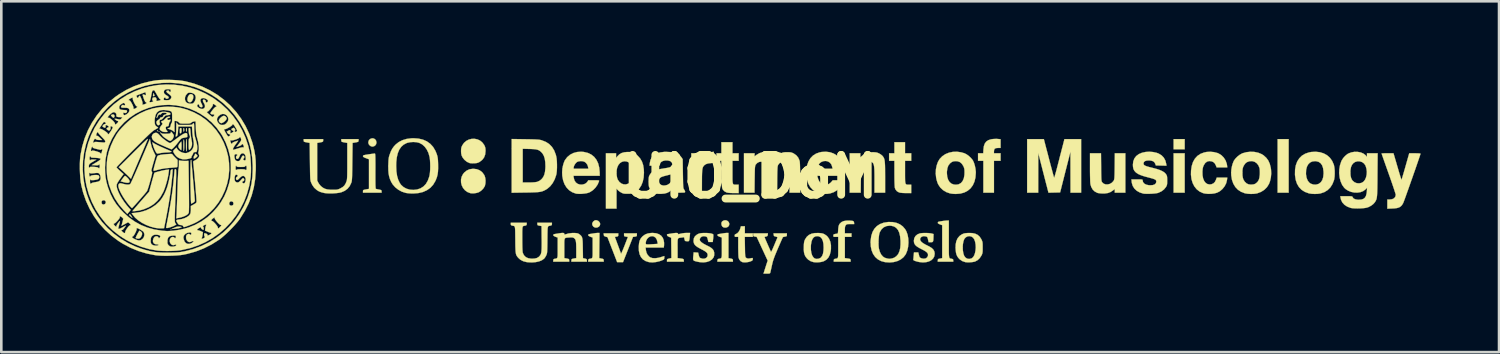
<source format=kicad_pcb>
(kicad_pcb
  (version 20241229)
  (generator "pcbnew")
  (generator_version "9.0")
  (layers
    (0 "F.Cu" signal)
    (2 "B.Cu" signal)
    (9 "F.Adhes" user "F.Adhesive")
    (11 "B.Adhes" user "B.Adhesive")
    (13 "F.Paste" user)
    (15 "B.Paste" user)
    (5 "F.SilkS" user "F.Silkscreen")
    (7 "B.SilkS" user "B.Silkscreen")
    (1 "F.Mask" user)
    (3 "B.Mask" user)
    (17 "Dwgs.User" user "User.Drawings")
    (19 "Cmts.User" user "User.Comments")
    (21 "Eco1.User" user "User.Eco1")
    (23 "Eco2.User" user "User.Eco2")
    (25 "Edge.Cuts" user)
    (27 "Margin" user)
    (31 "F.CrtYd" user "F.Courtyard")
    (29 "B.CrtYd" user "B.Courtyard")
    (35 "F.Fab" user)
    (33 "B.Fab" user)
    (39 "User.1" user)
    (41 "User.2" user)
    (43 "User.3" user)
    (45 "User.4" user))
  (footprint "UiO_DoM"
    (layer "F.Cu")
    (at 25.658 3.713)
    (property "Reference" "UiO_DoM" (at 0 0 0) (layer "F.SilkS") (effects (font (size 1.524 1.524) (thickness 0.3))))
    (attr through_hole)
    (fp_poly (pts (xy 16.629 -1.05) (xy 16.205 -1.05) (xy 16.205 -1.439) (xy 16.629 -1.439) (xy 16.629 -1.05)) (stroke (width 0.01) (type solid)) (fill yes) (layer "F.SilkS"))
    (fp_poly (pts (xy 16.629 0.61) (xy 16.205 0.61) (xy 16.205 -0.897) (xy 16.629 -0.897) (xy 16.629 0.61)) (stroke (width 0.01) (type solid)) (fill yes) (layer "F.SilkS"))
    (fp_poly (pts (xy 20.608 0.61) (xy 20.185 0.61) (xy 20.185 -1.439) (xy 20.608 -1.439) (xy 20.608 0.61)) (stroke (width 0.01) (type solid)) (fill yes) (layer "F.SilkS"))
    (fp_poly (pts (xy -22.154 2.004) (xy -22.157 2.014) (xy -22.166 2.015) (xy -22.18 2.009) (xy -22.177 2.004) (xy -22.157 2.002) (xy -22.154 2.004)) (stroke (width 0.01) (type solid)) (fill yes) (layer "F.SilkS"))
    (fp_poly (pts (xy -22.673 -1.769) (xy -22.658 -1.752) (xy -22.675 -1.744) (xy -22.683 -1.744) (xy -22.701 -1.752) (xy -22.699 -1.761) (xy -22.679 -1.771) (xy -22.673 -1.769)) (stroke (width 0.01) (type solid)) (fill yes) (layer "F.SilkS"))
    (fp_poly (pts (xy -22.626 -1.737) (xy -22.607 -1.72) (xy -22.611 -1.71) (xy -22.613 -1.71) (xy -22.628 -1.722) (xy -22.633 -1.73) (xy -22.635 -1.741) (xy -22.626 -1.737)) (stroke (width 0.01) (type solid)) (fill yes) (layer "F.SilkS"))
    (fp_poly (pts (xy -22.833 -3.192) (xy -22.818 -3.167) (xy -22.796 -3.118) (xy -22.799 -3.091) (xy -22.828 -3.082) (xy -22.854 -3.089) (xy -22.853 -3.109) (xy -22.844 -3.148) (xy -22.842 -3.172) (xy -22.841 -3.196) (xy -22.833 -3.192)) (stroke (width 0.01) (type solid)) (fill yes) (layer "F.SilkS"))
    (fp_poly (pts (xy -23.721 1.449) (xy -23.7 1.478) (xy -23.662 1.534) (xy -23.644 1.564) (xy -23.646 1.571) (xy -23.669 1.555) (xy -23.711 1.521) (xy -23.749 1.487) (xy -23.763 1.463) (xy -23.756 1.446) (xy -23.74 1.436) (xy -23.721 1.449)) (stroke (width 0.01) (type solid)) (fill yes) (layer "F.SilkS"))
    (fp_poly (pts (xy -21.664 -1.848) (xy -21.658 -1.81) (xy -21.658 -1.795) (xy -21.661 -1.753) (xy -21.671 -1.729) (xy -21.675 -1.727) (xy -21.685 -1.742) (xy -21.691 -1.78) (xy -21.692 -1.795) (xy -21.688 -1.837) (xy -21.678 -1.861) (xy -21.675 -1.863) (xy -21.664 -1.848)) (stroke (width 0.01) (type solid)) (fill yes) (layer "F.SilkS"))
    (fp_poly (pts (xy -21.562 -1.848) (xy -21.557 -1.81) (xy -21.556 -1.795) (xy -21.557 -1.748) (xy -21.562 -1.73) (xy -21.573 -1.734) (xy -21.579 -1.738) (xy -21.588 -1.762) (xy -21.59 -1.8) (xy -21.586 -1.838) (xy -21.577 -1.861) (xy -21.573 -1.863) (xy -21.562 -1.848)) (stroke (width 0.01) (type solid)) (fill yes) (layer "F.SilkS"))
    (fp_poly (pts (xy -24.348 -2.374) (xy -24.333 -2.354) (xy -24.324 -2.31) (xy -24.333 -2.286) (xy -24.352 -2.259) (xy -24.372 -2.256) (xy -24.402 -2.278) (xy -24.425 -2.301) (xy -24.454 -2.333) (xy -24.461 -2.351) (xy -24.448 -2.363) (xy -24.438 -2.369) (xy -24.386 -2.386) (xy -24.348 -2.374)) (stroke (width 0.01) (type solid)) (fill yes) (layer "F.SilkS"))
    (fp_poly (pts (xy -21.848 1.91) (xy -21.799 1.916) (xy -21.766 1.924) (xy -21.759 1.929) (xy -21.775 1.944) (xy -21.818 1.959) (xy -21.882 1.973) (xy -21.96 1.985) (xy -22.014 1.991) (xy -22.14 2.001) (xy -22.039 1.952) (xy -21.972 1.924) (xy -21.916 1.91) (xy -21.858 1.909) (xy -21.848 1.91)) (stroke (width 0.01) (type solid)) (fill yes) (layer "F.SilkS"))
    (fp_poly (pts (xy -21.773 -1.859) (xy -21.763 -1.841) (xy -21.76 -1.801) (xy -21.759 -1.771) (xy -21.764 -1.708) (xy -21.78 -1.673) (xy -21.811 -1.66) (xy -21.82 -1.659) (xy -21.824 -1.675) (xy -21.826 -1.715) (xy -21.827 -1.761) (xy -21.826 -1.818) (xy -21.82 -1.848) (xy -21.808 -1.861) (xy -21.793 -1.863) (xy -21.773 -1.859)) (stroke (width 0.01) (type solid)) (fill yes) (layer "F.SilkS"))
    (fp_poly (pts (xy -21.667 -1.406) (xy -21.662 -1.359) (xy -21.659 -1.286) (xy -21.658 -1.202) (xy -21.659 -1.108) (xy -21.663 -1.038) (xy -21.668 -0.995) (xy -21.675 -0.982) (xy -21.682 -0.998) (xy -21.687 -1.045) (xy -21.691 -1.119) (xy -21.692 -1.202) (xy -21.69 -1.296) (xy -21.687 -1.367) (xy -21.681 -1.41) (xy -21.675 -1.422) (xy -21.667 -1.406)) (stroke (width 0.01) (type solid)) (fill yes) (layer "F.SilkS"))
    (fp_poly (pts (xy -21.363 -3.155) (xy -21.356 -3.151) (xy -21.319 -3.115) (xy -21.307 -3.059) (xy -21.319 -2.988) (xy -21.349 -2.916) (xy -21.388 -2.868) (xy -21.433 -2.845) (xy -21.479 -2.851) (xy -21.511 -2.876) (xy -21.535 -2.926) (xy -21.535 -2.992) (xy -21.513 -3.066) (xy -21.505 -3.082) (xy -21.464 -3.137) (xy -21.416 -3.162) (xy -21.363 -3.155)) (stroke (width 0.01) (type solid)) (fill yes) (layer "F.SilkS"))
    (fp_poly (pts (xy -21.768 -1.337) (xy -21.763 -1.3) (xy -21.76 -1.242) (xy -21.759 -1.189) (xy -21.761 -1.117) (xy -21.764 -1.06) (xy -21.769 -1.024) (xy -21.773 -1.016) (xy -21.793 -1.027) (xy -21.823 -1.055) (xy -21.83 -1.063) (xy -21.867 -1.108) (xy -21.884 -1.149) (xy -21.88 -1.192) (xy -21.853 -1.244) (xy -21.804 -1.309) (xy -21.773 -1.345) (xy -21.768 -1.337)) (stroke (width 0.01) (type solid)) (fill yes) (layer "F.SilkS"))
    (fp_poly (pts (xy -21.21 -0.869) (xy -21.18 -0.843) (xy -21.156 -0.814) (xy -21.15 -0.799) (xy -21.162 -0.777) (xy -21.193 -0.746) (xy -21.232 -0.715) (xy -21.26 -0.698) (xy -21.284 -0.69) (xy -21.294 -0.705) (xy -21.297 -0.728) (xy -21.292 -0.771) (xy -21.276 -0.797) (xy -21.255 -0.83) (xy -21.251 -0.849) (xy -21.244 -0.875) (xy -21.234 -0.881) (xy -21.21 -0.869)) (stroke (width 0.01) (type solid)) (fill yes) (layer "F.SilkS"))
    (fp_poly (pts (xy -14.398 -1.461) (xy -14.348 -1.428) (xy -14.315 -1.379) (xy -14.301 -1.31) (xy -14.313 -1.248) (xy -14.346 -1.199) (xy -14.394 -1.166) (xy -14.451 -1.153) (xy -14.511 -1.164) (xy -14.564 -1.201) (xy -14.601 -1.251) (xy -14.613 -1.306) (xy -14.613 -1.312) (xy -14.6 -1.378) (xy -14.564 -1.428) (xy -14.514 -1.459) (xy -14.456 -1.471) (xy -14.398 -1.461)) (stroke (width 0.01) (type solid)) (fill yes) (layer "F.SilkS"))
    (fp_poly (pts (xy -5.877 1.666) (xy -5.814 1.69) (xy -5.767 1.736) (xy -5.742 1.794) (xy -5.74 1.814) (xy -5.755 1.871) (xy -5.793 1.915) (xy -5.847 1.942) (xy -5.908 1.949) (xy -5.967 1.932) (xy -6.004 1.906) (xy -6.04 1.849) (xy -6.045 1.788) (xy -6.018 1.73) (xy -5.991 1.702) (xy -5.947 1.671) (xy -5.906 1.663) (xy -5.877 1.666)) (stroke (width 0.01) (type solid)) (fill yes) (layer "F.SilkS"))
    (fp_poly (pts (xy -23.9 -0.022) (xy -23.862 0.009) (xy -23.82 0.051) (xy -23.783 0.094) (xy -23.759 0.132) (xy -23.757 0.136) (xy -23.746 0.186) (xy -23.762 0.219) (xy -23.806 0.233) (xy -23.878 0.23) (xy -23.978 0.208) (xy -23.988 0.205) (xy -24.092 0.177) (xy -24.016 0.072) (xy -23.978 0.021) (xy -23.947 -0.016) (xy -23.927 -0.033) (xy -23.925 -0.034) (xy -23.9 -0.022)) (stroke (width 0.01) (type solid)) (fill yes) (layer "F.SilkS"))
    (fp_poly (pts (xy -21.566 -1.423) (xy -21.561 -1.376) (xy -21.557 -1.302) (xy -21.556 -1.212) (xy -21.557 -1.12) (xy -21.561 -1.046) (xy -21.566 -0.996) (xy -21.573 -0.974) (xy -21.573 -0.974) (xy -21.58 -0.985) (xy -21.586 -1.029) (xy -21.589 -1.105) (xy -21.59 -1.201) (xy -21.589 -1.3) (xy -21.585 -1.375) (xy -21.58 -1.423) (xy -21.573 -1.439) (xy -21.573 -1.439) (xy -21.566 -1.423)) (stroke (width 0.01) (type solid)) (fill yes) (layer "F.SilkS"))
    (fp_poly (pts (xy -0.905 1.672) (xy -0.855 1.699) (xy -0.817 1.742) (xy -0.798 1.793) (xy -0.802 1.848) (xy -0.833 1.902) (xy -0.837 1.906) (xy -0.891 1.939) (xy -0.956 1.949) (xy -1.019 1.938) (xy -1.064 1.908) (xy -1.093 1.856) (xy -1.101 1.79) (xy -1.09 1.736) (xy -1.069 1.71) (xy -1.031 1.684) (xy -1.029 1.683) (xy -0.965 1.664) (xy -0.905 1.672)) (stroke (width 0.01) (type solid)) (fill yes) (layer "F.SilkS"))
    (fp_poly (pts (xy -20.104 -2.324) (xy -20.074 -2.302) (xy -20.045 -2.267) (xy -20.032 -2.235) (xy -20.032 -2.234) (xy -20.046 -2.192) (xy -20.083 -2.145) (xy -20.132 -2.1) (xy -20.186 -2.066) (xy -20.236 -2.049) (xy -20.243 -2.049) (xy -20.274 -2.06) (xy -20.303 -2.083) (xy -20.332 -2.126) (xy -20.33 -2.172) (xy -20.298 -2.225) (xy -20.272 -2.253) (xy -20.208 -2.307) (xy -20.153 -2.331) (xy -20.104 -2.324)) (stroke (width 0.01) (type solid)) (fill yes) (layer "F.SilkS"))
    (fp_poly (pts (xy -23.348 2.075) (xy -23.314 2.099) (xy -23.311 2.101) (xy -23.276 2.143) (xy -23.269 2.196) (xy -23.289 2.263) (xy -23.299 2.283) (xy -23.342 2.344) (xy -23.394 2.371) (xy -23.456 2.367) (xy -23.461 2.366) (xy -23.498 2.353) (xy -23.517 2.345) (xy -23.517 2.345) (xy -23.514 2.328) (xy -23.497 2.29) (xy -23.472 2.239) (xy -23.443 2.183) (xy -23.414 2.131) (xy -23.389 2.089) (xy -23.373 2.067) (xy -23.37 2.066) (xy -23.348 2.075)) (stroke (width 0.01) (type solid)) (fill yes) (layer "F.SilkS"))
    (fp_poly (pts (xy -1.389 -0.53) (xy -1.514 -0.52) (xy -1.616 -0.507) (xy -1.693 -0.481) (xy -1.751 -0.442) (xy -1.767 -0.426) (xy -1.789 -0.398) (xy -1.807 -0.367) (xy -1.82 -0.328) (xy -1.83 -0.276) (xy -1.837 -0.209) (xy -1.841 -0.121) (xy -1.844 -0.009) (xy -1.845 0.131) (xy -1.845 0.174) (xy -1.846 0.61) (xy -2.252 0.61) (xy -2.252 -0.897) (xy -1.863 -0.897) (xy -1.863 -0.706) (xy -1.793 -0.786) (xy -1.704 -0.868) (xy -1.606 -0.919) (xy -1.491 -0.944) (xy -1.487 -0.944) (xy -1.389 -0.953) (xy -1.389 -0.53)) (stroke (width 0.01) (type solid)) (fill yes) (layer "F.SilkS"))
    (fp_poly (pts (xy 9.478 -1.445) (xy 9.584 -1.435) (xy 9.584 -1.101) (xy 9.485 -1.101) (xy 9.41 -1.095) (xy 9.363 -1.074) (xy 9.338 -1.033) (xy 9.33 -0.97) (xy 9.33 -0.968) (xy 9.33 -0.897) (xy 9.584 -0.897) (xy 9.584 -0.61) (xy 9.33 -0.61) (xy 9.33 0.61) (xy 8.924 0.61) (xy 8.924 -0.61) (xy 8.721 -0.61) (xy 8.721 -0.897) (xy 8.92 -0.897) (xy 8.927 -1.04) (xy 8.943 -1.167) (xy 8.978 -1.267) (xy 9.033 -1.343) (xy 9.111 -1.397) (xy 9.214 -1.431) (xy 9.267 -1.44) (xy 9.347 -1.447) (xy 9.434 -1.448) (xy 9.478 -1.445)) (stroke (width 0.01) (type solid)) (fill yes) (layer "F.SilkS"))
    (fp_poly (pts (xy -22.854 -1.306) (xy -22.849 -1.301) (xy -22.812 -1.276) (xy -22.749 -1.241) (xy -22.663 -1.198) (xy -22.559 -1.149) (xy -22.443 -1.097) (xy -22.352 -1.057) (xy -22.277 -1.026) (xy -22.214 -0.998) (xy -22.17 -0.979) (xy -22.15 -0.969) (xy -22.149 -0.969) (xy -22.148 -0.957) (xy -22.174 -0.945) (xy -22.221 -0.936) (xy -22.282 -0.932) (xy -22.301 -0.931) (xy -22.418 -0.925) (xy -22.546 -0.909) (xy -22.659 -0.888) (xy -22.688 -0.885) (xy -22.711 -0.897) (xy -22.736 -0.931) (xy -22.749 -0.954) (xy -22.794 -1.044) (xy -22.835 -1.151) (xy -22.866 -1.255) (xy -22.869 -1.27) (xy -22.876 -1.308) (xy -22.872 -1.318) (xy -22.854 -1.306)) (stroke (width 0.01) (type solid)) (fill yes) (layer "F.SilkS"))
    (fp_poly (pts (xy -10.463 -0.289) (xy -10.351 -0.245) (xy -10.256 -0.174) (xy -10.183 -0.076) (xy -10.161 -0.034) (xy -10.137 0.048) (xy -10.126 0.145) (xy -10.13 0.245) (xy -10.147 0.334) (xy -10.158 0.366) (xy -10.212 0.451) (xy -10.288 0.529) (xy -10.375 0.588) (xy -10.394 0.597) (xy -10.473 0.621) (xy -10.565 0.635) (xy -10.656 0.637) (xy -10.713 0.628) (xy -10.824 0.584) (xy -10.916 0.516) (xy -10.988 0.429) (xy -11.038 0.329) (xy -11.064 0.221) (xy -11.066 0.11) (xy -11.041 0.000218) (xy -10.988 -0.102) (xy -10.942 -0.159) (xy -10.846 -0.237) (xy -10.736 -0.286) (xy -10.611 -0.304) (xy -10.592 -0.304) (xy -10.463 -0.289)) (stroke (width 0.01) (type solid)) (fill yes) (layer "F.SilkS"))
    (fp_poly (pts (xy -23.049 -1.445) (xy -23.051 -1.439) (xy -23.064 -1.408) (xy -23.088 -1.351) (xy -23.121 -1.273) (xy -23.162 -1.176) (xy -23.209 -1.065) (xy -23.261 -0.943) (xy -23.316 -0.814) (xy -23.372 -0.681) (xy -23.429 -0.548) (xy -23.484 -0.419) (xy -23.535 -0.297) (xy -23.583 -0.186) (xy -23.624 -0.09) (xy -23.657 -0.013) (xy -23.681 0.043) (xy -23.694 0.073) (xy -23.696 0.078) (xy -23.708 0.067) (xy -23.737 0.039) (xy -23.774 0.001) (xy -23.818 -0.043) (xy -23.878 -0.101) (xy -23.947 -0.165) (xy -24.008 -0.221) (xy -24.165 -0.364) (xy -23.596 -0.931) (xy -23.457 -1.069) (xy -23.342 -1.183) (xy -23.247 -1.275) (xy -23.172 -1.346) (xy -23.117 -1.398) (xy -23.078 -1.431) (xy -23.056 -1.446) (xy -23.049 -1.445)) (stroke (width 0.01) (type solid)) (fill yes) (layer "F.SilkS"))
    (fp_poly (pts (xy -22.157 -1.72) (xy -22.13 -1.696) (xy -22.094 -1.65) (xy -22.094 -1.65) (xy -22.066 -1.606) (xy -22.056 -1.572) (xy -22.061 -1.534) (xy -22.066 -1.516) (xy -22.099 -1.444) (xy -22.159 -1.388) (xy -22.183 -1.373) (xy -22.207 -1.373) (xy -22.251 -1.392) (xy -22.315 -1.431) (xy -22.335 -1.444) (xy -22.393 -1.485) (xy -22.441 -1.521) (xy -22.471 -1.547) (xy -22.476 -1.553) (xy -22.496 -1.58) (xy -22.528 -1.619) (xy -22.541 -1.635) (xy -22.568 -1.669) (xy -22.579 -1.69) (xy -22.576 -1.693) (xy -22.552 -1.682) (xy -22.538 -1.668) (xy -22.513 -1.653) (xy -22.465 -1.645) (xy -22.394 -1.643) (xy -22.296 -1.645) (xy -22.228 -1.651) (xy -22.188 -1.663) (xy -22.171 -1.682) (xy -22.172 -1.697) (xy -22.172 -1.721) (xy -22.157 -1.72)) (stroke (width 0.01) (type solid)) (fill yes) (layer "F.SilkS"))
    (fp_poly (pts (xy -5.776 3.115) (xy -5.733 3.124) (xy -5.68 3.135) (xy -5.647 3.141) (xy -5.616 3.155) (xy -5.605 3.187) (xy -5.605 3.201) (xy -5.605 3.251) (xy -6.198 3.251) (xy -6.198 3.202) (xy -6.192 3.166) (xy -6.17 3.148) (xy -6.143 3.141) (xy -6.106 3.135) (xy -6.079 3.128) (xy -6.058 3.118) (xy -6.044 3.1) (xy -6.035 3.07) (xy -6.03 3.024) (xy -6.028 2.956) (xy -6.028 2.865) (xy -6.028 2.744) (xy -6.028 2.721) (xy -6.028 2.328) (xy -6.113 2.298) (xy -6.169 2.271) (xy -6.198 2.243) (xy -6.197 2.218) (xy -6.166 2.199) (xy -6.143 2.194) (xy -6.095 2.186) (xy -6.031 2.175) (xy -5.987 2.168) (xy -5.92 2.158) (xy -5.857 2.152) (xy -5.826 2.151) (xy -5.766 2.151) (xy -5.776 3.115)) (stroke (width 0.01) (type solid)) (fill yes) (layer "F.SilkS"))
    (fp_poly (pts (xy -0.83 3.115) (xy -0.787 3.124) (xy -0.735 3.135) (xy -0.703 3.141) (xy -0.671 3.155) (xy -0.661 3.187) (xy -0.66 3.201) (xy -0.66 3.251) (xy -1.253 3.251) (xy -1.253 3.202) (xy -1.248 3.166) (xy -1.225 3.148) (xy -1.198 3.141) (xy -1.162 3.135) (xy -1.134 3.128) (xy -1.114 3.118) (xy -1.1 3.1) (xy -1.091 3.07) (xy -1.086 3.024) (xy -1.084 2.956) (xy -1.084 2.865) (xy -1.084 2.744) (xy -1.084 2.721) (xy -1.084 2.328) (xy -1.168 2.298) (xy -1.225 2.271) (xy -1.253 2.243) (xy -1.252 2.218) (xy -1.221 2.199) (xy -1.198 2.194) (xy -1.15 2.186) (xy -1.086 2.175) (xy -1.043 2.168) (xy -0.977 2.158) (xy -0.916 2.152) (xy -0.886 2.151) (xy -0.83 2.151) (xy -0.83 3.115)) (stroke (width 0.01) (type solid)) (fill yes) (layer "F.SilkS"))
    (fp_poly (pts (xy -0.677 -0.897) (xy -0.44 -0.897) (xy -0.44 -0.61) (xy -0.677 -0.61) (xy -0.677 -0.17) (xy -0.677 -0.031) (xy -0.677 0.078) (xy -0.675 0.161) (xy -0.669 0.22) (xy -0.66 0.261) (xy -0.645 0.286) (xy -0.624 0.299) (xy -0.595 0.304) (xy -0.557 0.305) (xy -0.526 0.305) (xy -0.44 0.305) (xy -0.44 0.627) (xy -0.639 0.626) (xy -0.746 0.623) (xy -0.832 0.616) (xy -0.893 0.605) (xy -0.903 0.602) (xy -0.988 0.556) (xy -1.047 0.491) (xy -1.069 0.442) (xy -1.075 0.406) (xy -1.081 0.339) (xy -1.086 0.246) (xy -1.091 0.128) (xy -1.094 -0.01) (xy -1.096 -0.114) (xy -1.104 -0.61) (xy -1.287 -0.61) (xy -1.287 -0.897) (xy -1.101 -0.897) (xy -1.101 -1.321) (xy -0.677 -1.321) (xy -0.677 -0.897)) (stroke (width 0.01) (type solid)) (fill yes) (layer "F.SilkS"))
    (fp_poly (pts (xy 5.927 -0.897) (xy 6.164 -0.897) (xy 6.164 -0.61) (xy 5.927 -0.61) (xy 5.927 -0.179) (xy 5.927 -0.039) (xy 5.928 0.072) (xy 5.93 0.156) (xy 5.936 0.216) (xy 5.946 0.258) (xy 5.961 0.284) (xy 5.983 0.298) (xy 6.012 0.304) (xy 6.049 0.305) (xy 6.072 0.305) (xy 6.164 0.305) (xy 6.164 0.627) (xy 5.965 0.626) (xy 5.852 0.623) (xy 5.763 0.615) (xy 5.703 0.603) (xy 5.698 0.601) (xy 5.618 0.556) (xy 5.562 0.488) (xy 5.538 0.428) (xy 5.533 0.392) (xy 5.529 0.327) (xy 5.525 0.236) (xy 5.522 0.124) (xy 5.521 -0.007) (xy 5.52 -0.123) (xy 5.52 -0.61) (xy 5.317 -0.61) (xy 5.317 -0.897) (xy 5.52 -0.897) (xy 5.52 -1.321) (xy 5.927 -1.321) (xy 5.927 -0.897)) (stroke (width 0.01) (type solid)) (fill yes) (layer "F.SilkS"))
    (fp_poly (pts (xy -21.444 -1.86) (xy -21.433 -1.847) (xy -21.426 -1.818) (xy -21.42 -1.767) (xy -21.416 -1.696) (xy -21.408 -1.606) (xy -21.396 -1.511) (xy -21.382 -1.428) (xy -21.377 -1.406) (xy -21.359 -1.295) (xy -21.361 -1.205) (xy -21.385 -1.129) (xy -21.406 -1.091) (xy -21.437 -1.05) (xy -21.459 -1.029) (xy -21.474 -1.031) (xy -21.482 -1.059) (xy -21.487 -1.116) (xy -21.488 -1.203) (xy -21.488 -1.235) (xy -21.488 -1.327) (xy -21.485 -1.391) (xy -21.481 -1.432) (xy -21.473 -1.454) (xy -21.463 -1.462) (xy -21.445 -1.485) (xy -21.438 -1.525) (xy -21.444 -1.565) (xy -21.457 -1.587) (xy -21.467 -1.613) (xy -21.477 -1.662) (xy -21.484 -1.725) (xy -21.485 -1.735) (xy -21.488 -1.8) (xy -21.487 -1.838) (xy -21.481 -1.857) (xy -21.467 -1.862) (xy -21.459 -1.863) (xy -21.444 -1.86)) (stroke (width 0.01) (type solid)) (fill yes) (layer "F.SilkS"))
    (fp_poly (pts (xy -10.44 -1.43) (xy -10.34 -1.385) (xy -10.252 -1.314) (xy -10.181 -1.22) (xy -10.17 -1.199) (xy -10.145 -1.141) (xy -10.132 -1.085) (xy -10.127 -1.015) (xy -10.127 -0.983) (xy -10.14 -0.852) (xy -10.181 -0.741) (xy -10.25 -0.648) (xy -10.348 -0.571) (xy -10.359 -0.564) (xy -10.411 -0.538) (xy -10.466 -0.523) (xy -10.536 -0.515) (xy -10.564 -0.514) (xy -10.633 -0.513) (xy -10.694 -0.516) (xy -10.734 -0.522) (xy -10.736 -0.523) (xy -10.839 -0.57) (xy -10.927 -0.641) (xy -10.946 -0.661) (xy -11.005 -0.737) (xy -11.042 -0.812) (xy -11.06 -0.899) (xy -11.064 -0.982) (xy -11.061 -1.059) (xy -11.052 -1.116) (xy -11.032 -1.169) (xy -11.019 -1.196) (xy -10.951 -1.296) (xy -10.864 -1.371) (xy -10.765 -1.422) (xy -10.658 -1.449) (xy -10.548 -1.452) (xy -10.44 -1.43)) (stroke (width 0.01) (type solid)) (fill yes) (layer "F.SilkS"))
    (fp_poly (pts (xy 7.603 2.395) (xy 7.603 2.571) (xy 7.603 2.716) (xy 7.603 2.833) (xy 7.604 2.926) (xy 7.607 2.996) (xy 7.612 3.048) (xy 7.618 3.085) (xy 7.628 3.109) (xy 7.641 3.123) (xy 7.658 3.131) (xy 7.678 3.135) (xy 7.704 3.139) (xy 7.717 3.141) (xy 7.756 3.154) (xy 7.771 3.177) (xy 7.772 3.202) (xy 7.772 3.251) (xy 7.18 3.251) (xy 7.18 3.201) (xy 7.186 3.162) (xy 7.211 3.144) (xy 7.222 3.141) (xy 7.275 3.131) (xy 7.307 3.124) (xy 7.349 3.115) (xy 7.349 1.854) (xy 7.264 1.824) (xy 7.21 1.8) (xy 7.184 1.778) (xy 7.18 1.761) (xy 7.195 1.73) (xy 7.218 1.72) (xy 7.295 1.706) (xy 7.378 1.693) (xy 7.458 1.683) (xy 7.521 1.677) (xy 7.541 1.676) (xy 7.603 1.676) (xy 7.603 2.395)) (stroke (width 0.01) (type solid)) (fill yes) (layer "F.SilkS"))
    (fp_poly (pts (xy -22.147 -0.871) (xy -22.125 -0.866) (xy -22.112 -0.856) (xy -22.108 -0.85) (xy -22.089 -0.824) (xy -22.053 -0.784) (xy -22.007 -0.737) (xy -22.003 -0.732) (xy -21.912 -0.643) (xy -21.912 -0.507) (xy -21.914 -0.429) (xy -21.921 -0.382) (xy -21.933 -0.365) (xy -21.957 -0.361) (xy -22.007 -0.356) (xy -22.079 -0.349) (xy -22.165 -0.342) (xy -22.208 -0.339) (xy -22.381 -0.322) (xy -22.538 -0.296) (xy -22.693 -0.258) (xy -22.793 -0.229) (xy -22.825 -0.229) (xy -22.835 -0.24) (xy -22.833 -0.263) (xy -22.823 -0.311) (xy -22.807 -0.378) (xy -22.786 -0.457) (xy -22.763 -0.541) (xy -22.739 -0.623) (xy -22.716 -0.696) (xy -22.697 -0.754) (xy -22.683 -0.789) (xy -22.679 -0.796) (xy -22.635 -0.819) (xy -22.557 -0.838) (xy -22.447 -0.853) (xy -22.335 -0.863) (xy -22.247 -0.869) (xy -22.186 -0.872) (xy -22.147 -0.871)) (stroke (width 0.01) (type solid)) (fill yes) (layer "F.SilkS"))
    (fp_poly (pts (xy -21.387 -0.64) (xy -21.385 -0.622) (xy -21.381 -0.574) (xy -21.374 -0.5) (xy -21.366 -0.401) (xy -21.355 -0.283) (xy -21.343 -0.148) (xy -21.33 0.000039) (xy -21.319 0.119) (xy -21.305 0.276) (xy -21.292 0.424) (xy -21.28 0.56) (xy -21.27 0.678) (xy -21.262 0.777) (xy -21.256 0.852) (xy -21.252 0.899) (xy -21.251 0.914) (xy -21.261 0.949) (xy -21.294 0.98) (xy -21.318 0.995) (xy -21.36 1.018) (xy -21.387 1.031) (xy -21.392 1.033) (xy -21.394 1.017) (xy -21.398 0.972) (xy -21.402 0.904) (xy -21.406 0.818) (xy -21.409 0.719) (xy -21.409 0.715) (xy -21.413 0.586) (xy -21.416 0.447) (xy -21.419 0.302) (xy -21.42 0.154) (xy -21.421 0.008) (xy -21.42 -0.133) (xy -21.42 -0.263) (xy -21.418 -0.38) (xy -21.416 -0.48) (xy -21.413 -0.558) (xy -21.409 -0.611) (xy -21.404 -0.634) (xy -21.404 -0.635) (xy -21.388 -0.641) (xy -21.387 -0.64)) (stroke (width 0.01) (type solid)) (fill yes) (layer "F.SilkS"))
    (fp_poly (pts (xy -5.046 2.225) (xy -5.049 2.262) (xy -5.064 2.281) (xy -5.102 2.291) (xy -5.112 2.292) (xy -5.178 2.303) (xy -5.064 2.612) (xy -5.028 2.709) (xy -4.996 2.796) (xy -4.97 2.868) (xy -4.952 2.918) (xy -4.943 2.943) (xy -4.942 2.944) (xy -4.934 2.936) (xy -4.916 2.9) (xy -4.89 2.842) (xy -4.857 2.764) (xy -4.82 2.671) (xy -4.806 2.636) (xy -4.678 2.304) (xy -4.752 2.293) (xy -4.798 2.285) (xy -4.819 2.271) (xy -4.826 2.244) (xy -4.826 2.225) (xy -4.826 2.167) (xy -4.335 2.167) (xy -4.335 2.225) (xy -4.337 2.261) (xy -4.351 2.279) (xy -4.384 2.289) (xy -4.409 2.293) (xy -4.484 2.304) (xy -4.865 3.268) (xy -5.091 3.268) (xy -5.276 2.79) (xy -5.461 2.312) (xy -5.529 2.294) (xy -5.573 2.278) (xy -5.594 2.256) (xy -5.602 2.221) (xy -5.607 2.167) (xy -5.046 2.167) (xy -5.046 2.225)) (stroke (width 0.01) (type solid)) (fill yes) (layer "F.SilkS"))
    (fp_poly (pts (xy -22.255 -0.15) (xy -22.275 -0.026) (xy -22.306 0.114) (xy -22.345 0.258) (xy -22.388 0.397) (xy -22.432 0.52) (xy -22.463 0.59) (xy -22.565 0.771) (xy -22.69 0.926) (xy -22.836 1.056) (xy -23.006 1.162) (xy -23.199 1.243) (xy -23.285 1.269) (xy -23.347 1.284) (xy -23.417 1.298) (xy -23.489 1.309) (xy -23.554 1.317) (xy -23.605 1.321) (xy -23.635 1.319) (xy -23.639 1.316) (xy -23.628 1.301) (xy -23.598 1.264) (xy -23.551 1.208) (xy -23.49 1.137) (xy -23.418 1.053) (xy -23.338 0.96) (xy -23.319 0.939) (xy -23 0.572) (xy -22.903 0.214) (xy -22.874 0.109) (xy -22.848 0.016) (xy -22.827 -0.061) (xy -22.81 -0.116) (xy -22.801 -0.146) (xy -22.8 -0.15) (xy -22.778 -0.16) (xy -22.731 -0.175) (xy -22.666 -0.193) (xy -22.591 -0.212) (xy -22.513 -0.231) (xy -22.439 -0.247) (xy -22.377 -0.259) (xy -22.342 -0.264) (xy -22.239 -0.275) (xy -22.255 -0.15)) (stroke (width 0.01) (type solid)) (fill yes) (layer "F.SilkS"))
    (fp_poly (pts (xy -21.789 -0.614) (xy -21.732 -0.608) (xy -21.66 -0.604) (xy -21.605 -0.604) (xy -21.493 -0.607) (xy -21.48 0.366) (xy -21.478 0.586) (xy -21.476 0.775) (xy -21.475 0.934) (xy -21.474 1.066) (xy -21.475 1.172) (xy -21.477 1.254) (xy -21.479 1.315) (xy -21.482 1.357) (xy -21.486 1.382) (xy -21.488 1.387) (xy -21.524 1.435) (xy -21.589 1.481) (xy -21.679 1.522) (xy -21.789 1.557) (xy -21.907 1.582) (xy -21.961 1.591) (xy -21.953 1.485) (xy -21.951 1.447) (xy -21.948 1.38) (xy -21.944 1.285) (xy -21.94 1.169) (xy -21.935 1.033) (xy -21.93 0.883) (xy -21.924 0.721) (xy -21.919 0.552) (xy -21.918 0.542) (xy -21.913 0.377) (xy -21.907 0.222) (xy -21.901 0.082) (xy -21.895 -0.042) (xy -21.89 -0.146) (xy -21.885 -0.225) (xy -21.88 -0.278) (xy -21.877 -0.301) (xy -21.876 -0.302) (xy -21.87 -0.32) (xy -21.864 -0.365) (xy -21.861 -0.427) (xy -21.861 -0.467) (xy -21.861 -0.627) (xy -21.789 -0.614)) (stroke (width 0.01) (type solid)) (fill yes) (layer "F.SilkS"))
    (fp_poly (pts (xy 11.256 -1.376) (xy 11.327 -1.102) (xy 11.391 -0.86) (xy 11.446 -0.648) (xy 11.493 -0.467) (xy 11.534 -0.315) (xy 11.567 -0.192) (xy 11.593 -0.096) (xy 11.612 -0.026) (xy 11.625 0.018) (xy 11.632 0.037) (xy 11.632 0.038) (xy 11.639 0.026) (xy 11.653 -0.015) (xy 11.673 -0.08) (xy 11.697 -0.165) (xy 11.725 -0.267) (xy 11.749 -0.36) (xy 11.785 -0.499) (xy 11.824 -0.65) (xy 11.863 -0.805) (xy 11.901 -0.95) (xy 11.933 -1.076) (xy 11.941 -1.105) (xy 12.027 -1.439) (xy 12.666 -1.439) (xy 12.666 0.61) (xy 12.26 0.61) (xy 12.258 -0.174) (xy 12.257 -0.957) (xy 12.059 -0.178) (xy 11.862 0.601) (xy 11.417 0.611) (xy 11.382 0.479) (xy 11.37 0.432) (xy 11.351 0.357) (xy 11.325 0.259) (xy 11.295 0.142) (xy 11.261 0.01) (xy 11.225 -0.131) (xy 11.187 -0.278) (xy 11.187 -0.279) (xy 11.026 -0.906) (xy 11.024 0.61) (xy 10.6 0.61) (xy 10.6 -1.439) (xy 11.24 -1.439) (xy 11.256 -1.376)) (stroke (width 0.01) (type solid)) (fill yes) (layer "F.SilkS"))
    (fp_poly (pts (xy -22.102 -0.281) (xy -22.1 -0.26) (xy -22.101 -0.211) (xy -22.106 -0.136) (xy -22.114 -0.042) (xy -22.125 0.067) (xy -22.137 0.188) (xy -22.151 0.315) (xy -22.167 0.445) (xy -22.183 0.571) (xy -22.199 0.691) (xy -22.201 0.707) (xy -22.243 0.975) (xy -22.294 1.272) (xy -22.354 1.592) (xy -22.399 1.82) (xy -22.43 1.973) (xy -22.547 1.976) (xy -22.63 1.974) (xy -22.719 1.965) (xy -22.775 1.956) (xy -22.95 1.91) (xy -23.119 1.844) (xy -23.276 1.763) (xy -23.417 1.67) (xy -23.536 1.568) (xy -23.622 1.465) (xy -23.671 1.393) (xy -23.538 1.382) (xy -23.324 1.349) (xy -23.12 1.288) (xy -22.931 1.199) (xy -22.76 1.087) (xy -22.611 0.951) (xy -22.568 0.901) (xy -22.495 0.799) (xy -22.423 0.673) (xy -22.359 0.531) (xy -22.31 0.398) (xy -22.288 0.324) (xy -22.265 0.234) (xy -22.241 0.135) (xy -22.22 0.035) (xy -22.202 -0.058) (xy -22.189 -0.136) (xy -22.183 -0.191) (xy -22.183 -0.2) (xy -22.171 -0.25) (xy -22.147 -0.272) (xy -22.116 -0.283) (xy -22.102 -0.281)) (stroke (width 0.01) (type solid)) (fill yes) (layer "F.SilkS"))
    (fp_poly (pts (xy -14.356 -0.884) (xy -14.352 -0.866) (xy -14.348 -0.834) (xy -14.345 -0.783) (xy -14.343 -0.712) (xy -14.342 -0.617) (xy -14.341 -0.496) (xy -14.341 -0.346) (xy -14.342 -0.216) (xy -14.342 -0.041) (xy -14.342 0.103) (xy -14.341 0.219) (xy -14.34 0.309) (xy -14.337 0.375) (xy -14.334 0.421) (xy -14.33 0.45) (xy -14.324 0.463) (xy -14.322 0.465) (xy -14.294 0.472) (xy -14.245 0.483) (xy -14.203 0.491) (xy -14.148 0.503) (xy -14.119 0.515) (xy -14.108 0.533) (xy -14.105 0.56) (xy -14.105 0.61) (xy -14.817 0.61) (xy -14.817 0.559) (xy -14.816 0.534) (xy -14.809 0.517) (xy -14.79 0.505) (xy -14.752 0.495) (xy -14.69 0.483) (xy -14.664 0.478) (xy -14.588 0.465) (xy -14.588 -0.668) (xy -14.702 -0.71) (xy -14.764 -0.735) (xy -14.8 -0.756) (xy -14.815 -0.776) (xy -14.817 -0.788) (xy -14.814 -0.803) (xy -14.803 -0.815) (xy -14.778 -0.825) (xy -14.734 -0.835) (xy -14.665 -0.847) (xy -14.601 -0.857) (xy -14.518 -0.869) (xy -14.446 -0.879) (xy -14.392 -0.886) (xy -14.364 -0.889) (xy -14.362 -0.889) (xy -14.356 -0.884)) (stroke (width 0.01) (type solid)) (fill yes) (layer "F.SilkS"))
    (fp_poly (pts (xy 13.432 -0.365) (xy 13.433 -0.217) (xy 13.435 -0.098) (xy 13.437 -0.006) (xy 13.439 0.064) (xy 13.442 0.115) (xy 13.447 0.152) (xy 13.452 0.177) (xy 13.46 0.196) (xy 13.469 0.211) (xy 13.472 0.215) (xy 13.529 0.266) (xy 13.602 0.293) (xy 13.682 0.295) (xy 13.762 0.276) (xy 13.836 0.234) (xy 13.897 0.172) (xy 13.91 0.152) (xy 13.92 0.133) (xy 13.928 0.112) (xy 13.934 0.084) (xy 13.939 0.045) (xy 13.942 -0.008) (xy 13.945 -0.08) (xy 13.947 -0.175) (xy 13.949 -0.297) (xy 13.95 -0.402) (xy 13.955 -0.897) (xy 14.359 -0.897) (xy 14.359 0.61) (xy 13.953 0.61) (xy 13.953 0.471) (xy 13.885 0.525) (xy 13.793 0.585) (xy 13.694 0.623) (xy 13.578 0.64) (xy 13.5 0.642) (xy 13.423 0.639) (xy 13.352 0.631) (xy 13.297 0.621) (xy 13.288 0.618) (xy 13.186 0.565) (xy 13.107 0.489) (xy 13.052 0.389) (xy 13.023 0.291) (xy 13.018 0.247) (xy 13.013 0.173) (xy 13.01 0.071) (xy 13.007 -0.055) (xy 13.005 -0.201) (xy 13.005 -0.348) (xy 13.005 -0.897) (xy 13.427 -0.897) (xy 13.432 -0.365)) (stroke (width 0.01) (type solid)) (fill yes) (layer "F.SilkS"))
    (fp_poly (pts (xy -0.203 2.167) (xy 0.102 2.167) (xy 0.102 2.303) (xy -0.206 2.303) (xy -0.2 2.682) (xy -0.198 2.806) (xy -0.196 2.901) (xy -0.193 2.971) (xy -0.189 3.02) (xy -0.184 3.054) (xy -0.176 3.076) (xy -0.167 3.092) (xy -0.162 3.097) (xy -0.12 3.124) (xy -0.059 3.132) (xy 0.027 3.12) (xy 0.038 3.117) (xy 0.079 3.109) (xy 0.097 3.114) (xy 0.101 3.139) (xy 0.102 3.152) (xy 0.097 3.185) (xy 0.078 3.209) (xy 0.035 3.232) (xy 0.027 3.235) (xy -0.047 3.259) (xy -0.133 3.274) (xy -0.218 3.278) (xy -0.288 3.271) (xy -0.297 3.268) (xy -0.366 3.23) (xy -0.417 3.167) (xy -0.441 3.105) (xy -0.446 3.069) (xy -0.45 3.005) (xy -0.453 2.919) (xy -0.455 2.818) (xy -0.457 2.707) (xy -0.457 2.671) (xy -0.457 2.303) (xy -0.525 2.303) (xy -0.568 2.301) (xy -0.588 2.29) (xy -0.593 2.263) (xy -0.593 2.254) (xy -0.585 2.215) (xy -0.558 2.196) (xy -0.552 2.195) (xy -0.494 2.165) (xy -0.441 2.11) (xy -0.398 2.037) (xy -0.38 1.988) (xy -0.353 1.897) (xy -0.203 1.897) (xy -0.203 2.167)) (stroke (width 0.01) (type solid)) (fill yes) (layer "F.SilkS"))
    (fp_poly (pts (xy 4.772 -0.936) (xy 4.831 -0.929) (xy 4.882 -0.914) (xy 4.934 -0.891) (xy 4.993 -0.856) (xy 5.047 -0.814) (xy 5.073 -0.787) (xy 5.096 -0.755) (xy 5.115 -0.722) (xy 5.13 -0.686) (xy 5.142 -0.642) (xy 5.15 -0.586) (xy 5.156 -0.515) (xy 5.161 -0.426) (xy 5.163 -0.314) (xy 5.164 -0.176) (xy 5.165 -0.009) (xy 5.165 0.02) (xy 5.165 0.61) (xy 4.758 0.61) (xy 4.758 0.126) (xy 4.758 -0.036) (xy 4.756 -0.167) (xy 4.753 -0.273) (xy 4.747 -0.355) (xy 4.739 -0.418) (xy 4.728 -0.465) (xy 4.714 -0.5) (xy 4.696 -0.527) (xy 4.681 -0.543) (xy 4.62 -0.579) (xy 4.544 -0.591) (xy 4.463 -0.582) (xy 4.385 -0.553) (xy 4.318 -0.506) (xy 4.281 -0.46) (xy 4.269 -0.441) (xy 4.261 -0.422) (xy 4.254 -0.397) (xy 4.249 -0.364) (xy 4.245 -0.318) (xy 4.242 -0.255) (xy 4.24 -0.171) (xy 4.238 -0.062) (xy 4.237 0.076) (xy 4.237 0.106) (xy 4.231 0.61) (xy 3.81 0.61) (xy 3.81 -0.897) (xy 4.216 -0.897) (xy 4.216 -0.742) (xy 4.294 -0.81) (xy 4.382 -0.874) (xy 4.479 -0.914) (xy 4.593 -0.935) (xy 4.692 -0.939) (xy 4.772 -0.936)) (stroke (width 0.01) (type solid)) (fill yes) (layer "F.SilkS"))
    (fp_poly (pts (xy -22.202 -2.293) (xy -22.2 -2.28) (xy -22.215 -2.259) (xy -22.255 -2.249) (xy -22.294 -2.24) (xy -22.309 -2.219) (xy -22.31 -2.21) (xy -22.296 -2.182) (xy -22.263 -2.169) (xy -22.225 -2.175) (xy -22.207 -2.185) (xy -22.189 -2.194) (xy -22.183 -2.177) (xy -22.183 -2.161) (xy -22.191 -2.124) (xy -22.208 -2.106) (xy -22.226 -2.083) (xy -22.24 -2.036) (xy -22.244 -2.014) (xy -22.252 -1.965) (xy -22.264 -1.94) (xy -22.287 -1.93) (xy -22.307 -1.927) (xy -22.346 -1.918) (xy -22.363 -1.894) (xy -22.366 -1.874) (xy -22.357 -1.816) (xy -22.339 -1.789) (xy -22.304 -1.748) (xy -22.295 -1.724) (xy -22.314 -1.713) (xy -22.363 -1.711) (xy -22.381 -1.711) (xy -22.447 -1.715) (xy -22.495 -1.729) (xy -22.541 -1.757) (xy -22.58 -1.79) (xy -22.595 -1.817) (xy -22.594 -1.851) (xy -22.594 -1.854) (xy -22.576 -1.9) (xy -22.544 -1.948) (xy -22.536 -1.957) (xy -22.5 -2) (xy -22.489 -2.031) (xy -22.503 -2.057) (xy -22.513 -2.066) (xy -22.536 -2.097) (xy -22.532 -2.123) (xy -22.501 -2.133) (xy -22.5 -2.133) (xy -22.463 -2.147) (xy -22.415 -2.187) (xy -22.394 -2.209) (xy -22.339 -2.262) (xy -22.288 -2.289) (xy -22.263 -2.296) (xy -22.221 -2.3) (xy -22.202 -2.293)) (stroke (width 0.01) (type solid)) (fill yes) (layer "F.SilkS"))
    (fp_poly (pts (xy -21.981 -0.287) (xy -21.976 -0.283) (xy -21.971 -0.273) (xy -21.968 -0.255) (xy -21.966 -0.226) (xy -21.965 -0.184) (xy -21.965 -0.126) (xy -21.966 -0.051) (xy -21.969 0.044) (xy -21.972 0.163) (xy -21.977 0.306) (xy -21.983 0.477) (xy -21.99 0.677) (xy -21.996 0.829) (xy -22.003 1.027) (xy -22.009 1.193) (xy -22.013 1.332) (xy -22.017 1.445) (xy -22.019 1.536) (xy -22.02 1.607) (xy -22.019 1.661) (xy -22.018 1.7) (xy -22.015 1.729) (xy -22.011 1.749) (xy -22.006 1.763) (xy -21.999 1.774) (xy -21.994 1.781) (xy -21.961 1.828) (xy -22.017 1.863) (xy -22.064 1.887) (xy -22.129 1.912) (xy -22.2 1.937) (xy -22.265 1.955) (xy -22.313 1.964) (xy -22.32 1.964) (xy -22.346 1.958) (xy -22.352 1.949) (xy -22.349 1.928) (xy -22.34 1.88) (xy -22.327 1.809) (xy -22.31 1.723) (xy -22.294 1.64) (xy -22.258 1.454) (xy -22.222 1.255) (xy -22.187 1.052) (xy -22.155 0.855) (xy -22.127 0.673) (xy -22.108 0.533) (xy -22.098 0.451) (xy -22.086 0.352) (xy -22.074 0.243) (xy -22.063 0.131) (xy -22.052 0.023) (xy -22.043 -0.076) (xy -22.036 -0.159) (xy -22.031 -0.22) (xy -22.03 -0.248) (xy -22.021 -0.28) (xy -21.996 -0.288) (xy -21.988 -0.288) (xy -21.981 -0.287)) (stroke (width 0.01) (type solid)) (fill yes) (layer "F.SilkS"))
    (fp_poly (pts (xy 17.75 -0.942) (xy 17.879 -0.909) (xy 17.926 -0.89) (xy 18.034 -0.823) (xy 18.126 -0.73) (xy 18.196 -0.619) (xy 18.239 -0.496) (xy 18.249 -0.442) (xy 18.259 -0.356) (xy 17.852 -0.356) (xy 17.824 -0.429) (xy 17.781 -0.51) (xy 17.722 -0.563) (xy 17.658 -0.589) (xy 17.566 -0.6) (xy 17.485 -0.578) (xy 17.416 -0.525) (xy 17.361 -0.441) (xy 17.361 -0.441) (xy 17.337 -0.385) (xy 17.321 -0.327) (xy 17.313 -0.256) (xy 17.309 -0.194) (xy 17.312 -0.055) (xy 17.334 0.064) (xy 17.374 0.161) (xy 17.429 0.233) (xy 17.498 0.279) (xy 17.58 0.296) (xy 17.65 0.289) (xy 17.727 0.256) (xy 17.786 0.198) (xy 17.827 0.115) (xy 17.856 0.034) (xy 18.259 0.034) (xy 18.248 0.123) (xy 18.218 0.247) (xy 18.158 0.364) (xy 18.075 0.469) (xy 17.975 0.555) (xy 17.868 0.611) (xy 17.765 0.639) (xy 17.645 0.654) (xy 17.52 0.656) (xy 17.403 0.644) (xy 17.328 0.626) (xy 17.199 0.567) (xy 17.09 0.482) (xy 17.001 0.372) (xy 16.934 0.241) (xy 16.889 0.091) (xy 16.869 -0.077) (xy 16.872 -0.231) (xy 16.898 -0.409) (xy 16.947 -0.562) (xy 17.02 -0.691) (xy 17.114 -0.795) (xy 17.231 -0.874) (xy 17.37 -0.927) (xy 17.471 -0.948) (xy 17.61 -0.956) (xy 17.75 -0.942)) (stroke (width 0.01) (type solid)) (fill yes) (layer "F.SilkS"))
    (fp_poly (pts (xy -22.701 -1.675) (xy -22.653 -1.643) (xy -22.597 -1.584) (xy -22.581 -1.565) (xy -22.543 -1.525) (xy -22.489 -1.476) (xy -22.424 -1.425) (xy -22.357 -1.375) (xy -22.293 -1.333) (xy -22.24 -1.302) (xy -22.204 -1.287) (xy -22.2 -1.287) (xy -22.179 -1.297) (xy -22.137 -1.324) (xy -22.078 -1.365) (xy -22.007 -1.417) (xy -21.955 -1.455) (xy -21.836 -1.543) (xy -21.74 -1.608) (xy -21.665 -1.65) (xy -21.609 -1.671) (xy -21.57 -1.67) (xy -21.548 -1.648) (xy -21.539 -1.606) (xy -21.539 -1.599) (xy -21.539 -1.556) (xy -21.539 -1.529) (xy -21.539 -1.528) (xy -21.544 -1.52) (xy -21.565 -1.512) (xy -21.606 -1.503) (xy -21.673 -1.49) (xy -21.711 -1.483) (xy -21.74 -1.475) (xy -21.768 -1.459) (xy -21.8 -1.429) (xy -21.84 -1.381) (xy -21.893 -1.313) (xy -21.96 -1.229) (xy -22.022 -1.157) (xy -22.076 -1.1) (xy -22.118 -1.063) (xy -22.145 -1.05) (xy -22.145 -1.05) (xy -22.164 -1.056) (xy -22.208 -1.074) (xy -22.272 -1.101) (xy -22.35 -1.133) (xy -22.386 -1.149) (xy -22.522 -1.209) (xy -22.63 -1.259) (xy -22.713 -1.302) (xy -22.776 -1.34) (xy -22.822 -1.375) (xy -22.855 -1.41) (xy -22.879 -1.448) (xy -22.888 -1.468) (xy -22.9 -1.536) (xy -22.881 -1.599) (xy -22.836 -1.649) (xy -22.801 -1.669) (xy -22.749 -1.683) (xy -22.701 -1.675)) (stroke (width 0.01) (type solid)) (fill yes) (layer "F.SilkS"))
    (fp_poly (pts (xy -2.31 2.265) (xy -2.319 2.352) (xy -2.327 2.411) (xy -2.337 2.446) (xy -2.352 2.465) (xy -2.375 2.47) (xy -2.409 2.47) (xy -2.419 2.469) (xy -2.467 2.464) (xy -2.492 2.453) (xy -2.505 2.425) (xy -2.513 2.39) (xy -2.529 2.316) (xy -2.615 2.327) (xy -2.667 2.333) (xy -2.707 2.339) (xy -2.736 2.347) (xy -2.755 2.364) (xy -2.768 2.392) (xy -2.775 2.437) (xy -2.777 2.501) (xy -2.778 2.591) (xy -2.777 2.709) (xy -2.777 2.736) (xy -2.777 3.114) (xy -2.697 3.124) (xy -2.623 3.134) (xy -2.578 3.143) (xy -2.553 3.155) (xy -2.542 3.171) (xy -2.54 3.197) (xy -2.54 3.201) (xy -2.54 3.251) (xy -3.183 3.251) (xy -3.183 3.202) (xy -3.181 3.172) (xy -3.17 3.154) (xy -3.141 3.141) (xy -3.089 3.128) (xy -3.069 3.124) (xy -3.014 3.113) (xy -3.018 2.723) (xy -3.023 2.333) (xy -3.099 2.303) (xy -3.154 2.275) (xy -3.179 2.244) (xy -3.18 2.237) (xy -3.183 2.209) (xy -3.18 2.201) (xy -3.162 2.199) (xy -3.119 2.191) (xy -3.058 2.181) (xy -3.031 2.176) (xy -2.92 2.159) (xy -2.839 2.151) (xy -2.787 2.154) (xy -2.763 2.167) (xy -2.76 2.176) (xy -2.756 2.199) (xy -2.752 2.201) (xy -2.733 2.197) (xy -2.691 2.187) (xy -2.647 2.176) (xy -2.578 2.163) (xy -2.494 2.153) (xy -2.424 2.151) (xy -2.299 2.151) (xy -2.31 2.265)) (stroke (width 0.01) (type solid)) (fill yes) (layer "F.SilkS"))
    (fp_poly (pts (xy 2.696 2.159) (xy 2.756 2.168) (xy 2.805 2.183) (xy 2.856 2.208) (xy 2.857 2.209) (xy 2.948 2.277) (xy 3.018 2.37) (xy 3.067 2.484) (xy 3.092 2.617) (xy 3.092 2.764) (xy 3.083 2.845) (xy 3.05 2.98) (xy 2.996 3.089) (xy 2.92 3.173) (xy 2.822 3.232) (xy 2.792 3.243) (xy 2.713 3.263) (xy 2.617 3.275) (xy 2.519 3.277) (xy 2.436 3.27) (xy 2.426 3.268) (xy 2.318 3.234) (xy 2.229 3.18) (xy 2.167 3.119) (xy 2.116 3.052) (xy 2.081 2.978) (xy 2.06 2.892) (xy 2.051 2.786) (xy 2.052 2.669) (xy 2.053 2.65) (xy 2.324 2.65) (xy 2.324 2.795) (xy 2.342 2.918) (xy 2.375 3.018) (xy 2.424 3.091) (xy 2.473 3.129) (xy 2.537 3.146) (xy 2.61 3.14) (xy 2.679 3.113) (xy 2.711 3.089) (xy 2.757 3.026) (xy 2.789 2.94) (xy 2.806 2.827) (xy 2.811 2.709) (xy 2.804 2.566) (xy 2.781 2.453) (xy 2.743 2.368) (xy 2.689 2.31) (xy 2.618 2.28) (xy 2.588 2.275) (xy 2.505 2.281) (xy 2.437 2.316) (xy 2.385 2.382) (xy 2.348 2.478) (xy 2.327 2.603) (xy 2.324 2.65) (xy 2.053 2.65) (xy 2.056 2.581) (xy 2.063 2.518) (xy 2.073 2.469) (xy 2.088 2.427) (xy 2.104 2.394) (xy 2.168 2.298) (xy 2.249 2.227) (xy 2.349 2.181) (xy 2.471 2.156) (xy 2.614 2.154) (xy 2.696 2.159)) (stroke (width 0.01) (type solid)) (fill yes) (layer "F.SilkS"))
    (fp_poly (pts (xy 3.841 1.681) (xy 3.904 1.687) (xy 3.943 1.698) (xy 3.965 1.718) (xy 3.975 1.746) (xy 3.976 1.757) (xy 3.981 1.812) (xy 3.838 1.812) (xy 3.767 1.813) (xy 3.721 1.816) (xy 3.693 1.825) (xy 3.673 1.84) (xy 3.659 1.856) (xy 3.64 1.887) (xy 3.629 1.925) (xy 3.625 1.98) (xy 3.624 2.034) (xy 3.624 2.167) (xy 3.878 2.167) (xy 3.878 2.303) (xy 3.624 2.303) (xy 3.624 3.114) (xy 3.704 3.125) (xy 3.773 3.135) (xy 3.814 3.145) (xy 3.835 3.16) (xy 3.843 3.181) (xy 3.844 3.202) (xy 3.844 3.251) (xy 3.2 3.251) (xy 3.2 3.202) (xy 3.206 3.166) (xy 3.228 3.148) (xy 3.255 3.141) (xy 3.291 3.135) (xy 3.319 3.129) (xy 3.339 3.119) (xy 3.353 3.101) (xy 3.362 3.072) (xy 3.367 3.026) (xy 3.369 2.96) (xy 3.37 2.87) (xy 3.37 2.752) (xy 3.37 2.708) (xy 3.37 2.303) (xy 3.277 2.303) (xy 3.223 2.302) (xy 3.196 2.296) (xy 3.185 2.282) (xy 3.183 2.253) (xy 3.183 2.253) (xy 3.186 2.227) (xy 3.196 2.209) (xy 3.222 2.198) (xy 3.269 2.188) (xy 3.336 2.179) (xy 3.352 2.166) (xy 3.362 2.128) (xy 3.365 2.083) (xy 3.372 1.981) (xy 3.382 1.906) (xy 3.398 1.851) (xy 3.421 1.808) (xy 3.434 1.793) (xy 3.496 1.735) (xy 3.574 1.699) (xy 3.672 1.681) (xy 3.751 1.678) (xy 3.841 1.681)) (stroke (width 0.01) (type solid)) (fill yes) (layer "F.SilkS"))
    (fp_poly (pts (xy -22.392 -2.484) (xy -22.284 -2.466) (xy -22.227 -2.45) (xy -22.197 -2.432) (xy -22.186 -2.41) (xy -22.19 -2.383) (xy -22.218 -2.368) (xy -22.235 -2.364) (xy -22.289 -2.357) (xy -22.334 -2.354) (xy -22.367 -2.346) (xy -22.401 -2.318) (xy -22.441 -2.27) (xy -22.489 -2.215) (xy -22.53 -2.187) (xy -22.55 -2.181) (xy -22.584 -2.172) (xy -22.599 -2.147) (xy -22.603 -2.119) (xy -22.602 -2.075) (xy -22.592 -2.045) (xy -22.591 -2.044) (xy -22.584 -2.02) (xy -22.6 -1.995) (xy -22.638 -1.968) (xy -22.671 -1.974) (xy -22.7 -2.006) (xy -22.723 -2.065) (xy -22.714 -2.118) (xy -22.672 -2.163) (xy -22.648 -2.178) (xy -22.604 -2.207) (xy -22.584 -2.235) (xy -22.583 -2.241) (xy -22.572 -2.265) (xy -22.552 -2.269) (xy -22.508 -2.277) (xy -22.473 -2.297) (xy -22.459 -2.321) (xy -22.46 -2.329) (xy -22.453 -2.35) (xy -22.414 -2.369) (xy -22.402 -2.373) (xy -22.36 -2.388) (xy -22.337 -2.403) (xy -22.335 -2.407) (xy -22.331 -2.434) (xy -22.344 -2.441) (xy -22.381 -2.447) (xy -22.417 -2.449) (xy -22.472 -2.447) (xy -22.506 -2.439) (xy -22.528 -2.418) (xy -22.533 -2.411) (xy -22.563 -2.381) (xy -22.596 -2.38) (xy -22.622 -2.381) (xy -22.643 -2.363) (xy -22.665 -2.32) (xy -22.691 -2.268) (xy -22.707 -2.246) (xy -22.713 -2.253) (xy -22.706 -2.289) (xy -22.7 -2.312) (xy -22.678 -2.375) (xy -22.652 -2.416) (xy -22.614 -2.445) (xy -22.581 -2.462) (xy -22.498 -2.485) (xy -22.392 -2.484)) (stroke (width 0.01) (type solid)) (fill yes) (layer "F.SilkS"))
    (fp_poly (pts (xy -8.606 -1.435) (xy -8.455 -1.433) (xy -8.334 -1.43) (xy -8.237 -1.427) (xy -8.162 -1.423) (xy -8.102 -1.419) (xy -8.055 -1.413) (xy -8.016 -1.405) (xy -7.98 -1.396) (xy -7.974 -1.394) (xy -7.82 -1.333) (xy -7.69 -1.249) (xy -7.584 -1.14) (xy -7.501 -1.007) (xy -7.439 -0.848) (xy -7.423 -0.787) (xy -7.407 -0.699) (xy -7.397 -0.589) (xy -7.393 -0.467) (xy -7.393 -0.343) (xy -7.399 -0.225) (xy -7.41 -0.125) (xy -7.422 -0.068) (xy -7.479 0.097) (xy -7.557 0.243) (xy -7.653 0.366) (xy -7.765 0.462) (xy -7.822 0.497) (xy -7.872 0.524) (xy -7.919 0.545) (xy -7.967 0.562) (xy -8.02 0.575) (xy -8.082 0.585) (xy -8.158 0.592) (xy -8.253 0.597) (xy -8.37 0.601) (xy -8.515 0.604) (xy -8.606 0.605) (xy -9.127 0.613) (xy -9.127 0.22) (xy -8.704 0.22) (xy -8.47 0.22) (xy -8.342 0.218) (xy -8.244 0.211) (xy -8.17 0.2) (xy -8.146 0.194) (xy -8.055 0.152) (xy -7.984 0.094) (xy -7.923 0.018) (xy -7.88 -0.072) (xy -7.852 -0.183) (xy -7.838 -0.318) (xy -7.835 -0.398) (xy -7.841 -0.557) (xy -7.86 -0.688) (xy -7.894 -0.795) (xy -7.943 -0.884) (xy -7.995 -0.943) (xy -8.041 -0.983) (xy -8.088 -1.013) (xy -8.142 -1.034) (xy -8.209 -1.048) (xy -8.296 -1.057) (xy -8.409 -1.062) (xy -8.445 -1.063) (xy -8.704 -1.07) (xy -8.704 0.22) (xy -9.127 0.22) (xy -9.127 -1.443) (xy -8.606 -1.435)) (stroke (width 0.01) (type solid)) (fill yes) (layer "F.SilkS"))
    (fp_poly (pts (xy -3.599 2.163) (xy -3.491 2.2) (xy -3.405 2.258) (xy -3.345 2.337) (xy -3.343 2.339) (xy -3.311 2.425) (xy -3.294 2.525) (xy -3.295 2.621) (xy -3.295 2.626) (xy -3.306 2.709) (xy -4.001 2.709) (xy -3.991 2.805) (xy -3.968 2.906) (xy -3.922 2.994) (xy -3.859 3.062) (xy -3.82 3.088) (xy -3.733 3.115) (xy -3.626 3.119) (xy -3.502 3.101) (xy -3.416 3.077) (xy -3.285 3.035) (xy -3.285 3.098) (xy -3.29 3.144) (xy -3.309 3.17) (xy -3.332 3.183) (xy -3.464 3.233) (xy -3.603 3.265) (xy -3.738 3.279) (xy -3.86 3.271) (xy -3.878 3.267) (xy -4.002 3.227) (xy -4.102 3.165) (xy -4.178 3.078) (xy -4.231 2.968) (xy -4.259 2.835) (xy -4.264 2.677) (xy -4.263 2.668) (xy -4.252 2.547) (xy -4.249 2.534) (xy -3.996 2.534) (xy -3.996 2.558) (xy -3.991 2.574) (xy -3.977 2.585) (xy -3.949 2.59) (xy -3.903 2.591) (xy -3.833 2.588) (xy -3.736 2.582) (xy -3.703 2.58) (xy -3.537 2.569) (xy -3.548 2.499) (xy -3.576 2.4) (xy -3.622 2.33) (xy -3.687 2.287) (xy -3.737 2.275) (xy -3.811 2.282) (xy -3.88 2.316) (xy -3.938 2.372) (xy -3.979 2.444) (xy -3.996 2.524) (xy -3.996 2.534) (xy -4.249 2.534) (xy -4.23 2.451) (xy -4.193 2.372) (xy -4.138 2.303) (xy -4.102 2.269) (xy -4.015 2.208) (xy -3.913 2.17) (xy -3.792 2.153) (xy -3.726 2.151) (xy -3.599 2.163)) (stroke (width 0.01) (type solid)) (fill yes) (layer "F.SilkS"))
    (fp_poly (pts (xy 21.807 -0.937) (xy 21.952 -0.891) (xy 22.08 -0.82) (xy 22.188 -0.724) (xy 22.273 -0.605) (xy 22.334 -0.466) (xy 22.344 -0.432) (xy 22.36 -0.342) (xy 22.37 -0.232) (xy 22.371 -0.116) (xy 22.366 -0.003) (xy 22.352 0.093) (xy 22.344 0.129) (xy 22.284 0.282) (xy 22.203 0.41) (xy 22.099 0.512) (xy 21.975 0.589) (xy 21.829 0.638) (xy 21.814 0.642) (xy 21.717 0.655) (xy 21.606 0.659) (xy 21.495 0.654) (xy 21.398 0.64) (xy 21.374 0.634) (xy 21.227 0.579) (xy 21.103 0.501) (xy 21.004 0.398) (xy 20.929 0.272) (xy 20.878 0.123) (xy 20.852 -0.05) (xy 20.849 -0.086) (xy 20.85 -0.125) (xy 21.271 -0.125) (xy 21.272 -0.089) (xy 21.292 0.035) (xy 21.332 0.139) (xy 21.39 0.219) (xy 21.453 0.265) (xy 21.549 0.298) (xy 21.65 0.303) (xy 21.745 0.278) (xy 21.76 0.271) (xy 21.838 0.212) (xy 21.895 0.128) (xy 21.93 0.017) (xy 21.944 -0.119) (xy 21.942 -0.199) (xy 21.925 -0.332) (xy 21.887 -0.439) (xy 21.83 -0.518) (xy 21.752 -0.57) (xy 21.655 -0.594) (xy 21.616 -0.596) (xy 21.511 -0.583) (xy 21.424 -0.541) (xy 21.355 -0.473) (xy 21.306 -0.38) (xy 21.277 -0.264) (xy 21.271 -0.125) (xy 20.85 -0.125) (xy 20.853 -0.272) (xy 20.882 -0.438) (xy 20.936 -0.583) (xy 21.014 -0.705) (xy 21.115 -0.805) (xy 21.239 -0.88) (xy 21.385 -0.93) (xy 21.475 -0.947) (xy 21.647 -0.956) (xy 21.807 -0.937)) (stroke (width 0.01) (type solid)) (fill yes) (layer "F.SilkS"))
    (fp_poly (pts (xy -22.94 -1.283) (xy -22.9 -1.128) (xy -22.835 -0.972) (xy -22.833 -0.968) (xy -22.756 -0.811) (xy -22.841 -0.52) (xy -22.871 -0.416) (xy -22.893 -0.339) (xy -22.906 -0.285) (xy -22.912 -0.248) (xy -22.912 -0.224) (xy -22.906 -0.209) (xy -22.899 -0.199) (xy -22.89 -0.187) (xy -22.886 -0.17) (xy -22.886 -0.145) (xy -22.893 -0.105) (xy -22.905 -0.048) (xy -22.925 0.032) (xy -22.953 0.139) (xy -22.962 0.17) (xy -22.994 0.286) (xy -23.024 0.387) (xy -23.051 0.469) (xy -23.073 0.528) (xy -23.087 0.556) (xy -23.115 0.591) (xy -23.159 0.644) (xy -23.214 0.709) (xy -23.279 0.783) (xy -23.347 0.862) (xy -23.417 0.941) (xy -23.485 1.017) (xy -23.546 1.085) (xy -23.597 1.141) (xy -23.634 1.181) (xy -23.655 1.201) (xy -23.657 1.202) (xy -23.674 1.19) (xy -23.706 1.158) (xy -23.748 1.111) (xy -23.768 1.088) (xy -23.856 0.977) (xy -23.939 0.86) (xy -24.015 0.741) (xy -24.079 0.626) (xy -24.13 0.52) (xy -24.165 0.428) (xy -24.18 0.355) (xy -24.18 0.344) (xy -24.168 0.289) (xy -24.145 0.265) (xy -24.123 0.253) (xy -24.096 0.25) (xy -24.056 0.257) (xy -23.997 0.273) (xy -23.89 0.297) (xy -23.804 0.303) (xy -23.743 0.291) (xy -23.722 0.278) (xy -23.71 0.258) (xy -23.686 0.209) (xy -23.651 0.135) (xy -23.608 0.039) (xy -23.556 -0.077) (xy -23.498 -0.209) (xy -23.435 -0.354) (xy -23.368 -0.51) (xy -23.331 -0.595) (xy -22.97 -1.441) (xy -22.94 -1.283)) (stroke (width 0.01) (type solid)) (fill yes) (layer "F.SilkS"))
    (fp_poly (pts (xy -4.604 -0.945) (xy -4.508 -0.929) (xy -4.423 -0.894) (xy -4.342 -0.838) (xy -4.304 -0.804) (xy -4.21 -0.7) (xy -4.141 -0.582) (xy -4.095 -0.447) (xy -4.07 -0.289) (xy -4.064 -0.152) (xy -4.076 0.03) (xy -4.111 0.194) (xy -4.168 0.336) (xy -4.246 0.456) (xy -4.344 0.55) (xy -4.433 0.604) (xy -4.484 0.628) (xy -4.53 0.642) (xy -4.581 0.649) (xy -4.651 0.652) (xy -4.691 0.652) (xy -4.769 0.651) (xy -4.825 0.647) (xy -4.867 0.637) (xy -4.909 0.619) (xy -4.942 0.602) (xy -4.999 0.566) (xy -5.049 0.526) (xy -5.073 0.503) (xy -5.114 0.455) (xy -5.114 1.219) (xy -5.52 1.219) (xy -5.52 -0.155) (xy -5.113 -0.155) (xy -5.108 -0.052) (xy -5.092 0.04) (xy -5.068 0.11) (xy -5.006 0.198) (xy -4.93 0.259) (xy -4.843 0.292) (xy -4.751 0.293) (xy -4.657 0.263) (xy -4.654 0.261) (xy -4.588 0.209) (xy -4.537 0.133) (xy -4.501 0.039) (xy -4.481 -0.066) (xy -4.476 -0.175) (xy -4.487 -0.283) (xy -4.514 -0.382) (xy -4.557 -0.467) (xy -4.616 -0.531) (xy -4.633 -0.543) (xy -4.727 -0.584) (xy -4.819 -0.592) (xy -4.906 -0.571) (xy -4.982 -0.522) (xy -5.045 -0.447) (xy -5.089 -0.348) (xy -5.09 -0.344) (xy -5.107 -0.256) (xy -5.113 -0.155) (xy -5.52 -0.155) (xy -5.52 -0.897) (xy -5.131 -0.897) (xy -5.131 -0.72) (xy -5.079 -0.784) (xy -5.005 -0.857) (xy -4.922 -0.906) (xy -4.821 -0.935) (xy -4.723 -0.945) (xy -4.604 -0.945)) (stroke (width 0.01) (type solid)) (fill yes) (layer "F.SilkS"))
    (fp_poly (pts (xy -6.363 -0.948) (xy -6.211 -0.911) (xy -6.08 -0.848) (xy -5.97 -0.76) (xy -5.882 -0.647) (xy -5.817 -0.511) (xy -5.776 -0.351) (xy -5.758 -0.17) (xy -5.758 -0.14) (xy -5.757 -0.034) (xy -6.761 -0.034) (xy -6.75 0.045) (xy -6.723 0.142) (xy -6.671 0.22) (xy -6.603 0.271) (xy -6.519 0.299) (xy -6.431 0.302) (xy -6.346 0.282) (xy -6.275 0.242) (xy -6.23 0.193) (xy -6.195 0.135) (xy -5.983 0.135) (xy -5.896 0.136) (xy -5.837 0.137) (xy -5.801 0.14) (xy -5.784 0.146) (xy -5.78 0.156) (xy -5.783 0.171) (xy -5.784 0.174) (xy -5.838 0.301) (xy -5.918 0.416) (xy -6.016 0.514) (xy -6.129 0.588) (xy -6.174 0.608) (xy -6.249 0.63) (xy -6.346 0.645) (xy -6.452 0.655) (xy -6.554 0.656) (xy -6.642 0.65) (xy -6.676 0.643) (xy -6.813 0.592) (xy -6.931 0.514) (xy -7.028 0.411) (xy -7.105 0.285) (xy -7.159 0.136) (xy -7.19 -0.031) (xy -7.196 -0.162) (xy -7.189 -0.278) (xy -7.179 -0.344) (xy -6.756 -0.344) (xy -6.756 -0.305) (xy -6.193 -0.305) (xy -6.202 -0.372) (xy -6.229 -0.456) (xy -6.282 -0.528) (xy -6.339 -0.571) (xy -6.412 -0.594) (xy -6.497 -0.598) (xy -6.579 -0.584) (xy -6.622 -0.566) (xy -6.669 -0.526) (xy -6.713 -0.466) (xy -6.744 -0.401) (xy -6.756 -0.344) (xy -7.179 -0.344) (xy -7.17 -0.398) (xy -7.14 -0.511) (xy -7.103 -0.606) (xy -7.088 -0.634) (xy -7.002 -0.749) (xy -6.893 -0.841) (xy -6.766 -0.907) (xy -6.623 -0.946) (xy -6.469 -0.957) (xy -6.363 -0.948)) (stroke (width 0.01) (type solid)) (fill yes) (layer "F.SilkS"))
    (fp_poly (pts (xy 8.492 2.156) (xy 8.609 2.179) (xy 8.704 2.224) (xy 8.78 2.291) (xy 8.842 2.384) (xy 8.851 2.401) (xy 8.871 2.444) (xy 8.884 2.482) (xy 8.893 2.523) (xy 8.897 2.576) (xy 8.898 2.65) (xy 8.898 2.711) (xy 8.898 2.8) (xy 8.896 2.865) (xy 8.89 2.912) (xy 8.881 2.95) (xy 8.865 2.988) (xy 8.847 3.023) (xy 8.784 3.117) (xy 8.704 3.193) (xy 8.614 3.242) (xy 8.589 3.251) (xy 8.51 3.266) (xy 8.417 3.275) (xy 8.324 3.277) (xy 8.246 3.27) (xy 8.233 3.268) (xy 8.12 3.229) (xy 8.021 3.163) (xy 7.964 3.103) (xy 7.924 3.042) (xy 7.896 2.98) (xy 7.877 2.906) (xy 7.866 2.811) (xy 7.862 2.755) (xy 7.862 2.698) (xy 8.135 2.698) (xy 8.14 2.816) (xy 8.157 2.925) (xy 8.185 3.015) (xy 8.188 3.022) (xy 8.238 3.092) (xy 8.303 3.134) (xy 8.381 3.147) (xy 8.465 3.128) (xy 8.479 3.121) (xy 8.531 3.079) (xy 8.573 3.011) (xy 8.604 2.923) (xy 8.624 2.82) (xy 8.633 2.71) (xy 8.628 2.599) (xy 8.61 2.493) (xy 8.577 2.398) (xy 8.575 2.395) (xy 8.528 2.33) (xy 8.465 2.289) (xy 8.393 2.273) (xy 8.321 2.283) (xy 8.254 2.317) (xy 8.2 2.377) (xy 8.191 2.393) (xy 8.161 2.477) (xy 8.142 2.582) (xy 8.135 2.698) (xy 7.862 2.698) (xy 7.864 2.598) (xy 7.89 2.465) (xy 7.94 2.354) (xy 8.015 2.266) (xy 8.095 2.21) (xy 8.145 2.186) (xy 8.19 2.17) (xy 8.244 2.161) (xy 8.316 2.155) (xy 8.351 2.153) (xy 8.492 2.156)) (stroke (width 0.01) (type solid)) (fill yes) (layer "F.SilkS"))
    (fp_poly (pts (xy 8.076 -0.934) (xy 8.203 -0.897) (xy 8.286 -0.854) (xy 8.374 -0.789) (xy 8.454 -0.713) (xy 8.517 -0.634) (xy 8.527 -0.619) (xy 8.565 -0.534) (xy 8.598 -0.428) (xy 8.622 -0.312) (xy 8.635 -0.198) (xy 8.636 -0.154) (xy 8.622 0.028) (xy 8.583 0.19) (xy 8.52 0.329) (xy 8.433 0.446) (xy 8.323 0.538) (xy 8.193 0.605) (xy 8.042 0.646) (xy 7.872 0.659) (xy 7.866 0.659) (xy 7.787 0.656) (xy 7.709 0.648) (xy 7.647 0.637) (xy 7.645 0.637) (xy 7.502 0.586) (xy 7.377 0.51) (xy 7.273 0.41) (xy 7.195 0.291) (xy 7.188 0.276) (xy 7.163 0.212) (xy 7.138 0.13) (xy 7.119 0.045) (xy 7.116 0.027) (xy 7.101 -0.129) (xy 7.102 -0.135) (xy 7.529 -0.135) (xy 7.541 -0.000377) (xy 7.575 0.112) (xy 7.628 0.2) (xy 7.7 0.263) (xy 7.789 0.297) (xy 7.86 0.305) (xy 7.92 0.301) (xy 7.974 0.291) (xy 7.987 0.287) (xy 8.07 0.238) (xy 8.133 0.162) (xy 8.177 0.06) (xy 8.2 -0.068) (xy 8.203 -0.164) (xy 8.202 -0.243) (xy 8.196 -0.299) (xy 8.184 -0.346) (xy 8.164 -0.394) (xy 8.152 -0.418) (xy 8.093 -0.505) (xy 8.02 -0.563) (xy 7.931 -0.592) (xy 7.865 -0.596) (xy 7.789 -0.59) (xy 7.728 -0.569) (xy 7.669 -0.527) (xy 7.642 -0.503) (xy 7.584 -0.427) (xy 7.548 -0.327) (xy 7.53 -0.201) (xy 7.529 -0.135) (xy 7.102 -0.135) (xy 7.109 -0.286) (xy 7.139 -0.435) (xy 7.187 -0.57) (xy 7.254 -0.682) (xy 7.353 -0.785) (xy 7.473 -0.865) (xy 7.611 -0.921) (xy 7.76 -0.952) (xy 7.917 -0.957) (xy 8.076 -0.934)) (stroke (width 0.01) (type solid)) (fill yes) (layer "F.SilkS"))
    (fp_poly (pts (xy 5.448 1.735) (xy 5.597 1.765) (xy 5.729 1.821) (xy 5.841 1.902) (xy 5.932 2.008) (xy 5.979 2.091) (xy 6.026 2.223) (xy 6.052 2.37) (xy 6.058 2.526) (xy 6.045 2.681) (xy 6.013 2.826) (xy 5.961 2.953) (xy 5.949 2.975) (xy 5.869 3.08) (xy 5.764 3.164) (xy 5.638 3.227) (xy 5.496 3.266) (xy 5.34 3.281) (xy 5.174 3.27) (xy 5.15 3.266) (xy 5.008 3.227) (xy 4.886 3.161) (xy 4.785 3.071) (xy 4.705 2.957) (xy 4.649 2.821) (xy 4.616 2.664) (xy 4.609 2.505) (xy 4.913 2.505) (xy 4.914 2.608) (xy 4.92 2.698) (xy 4.927 2.748) (xy 4.964 2.877) (xy 5.017 2.982) (xy 5.086 3.059) (xy 5.136 3.093) (xy 5.187 3.113) (xy 5.249 3.13) (xy 5.309 3.14) (xy 5.351 3.141) (xy 5.351 3.141) (xy 5.384 3.135) (xy 5.432 3.126) (xy 5.438 3.125) (xy 5.516 3.097) (xy 5.592 3.044) (xy 5.655 2.974) (xy 5.679 2.933) (xy 5.718 2.837) (xy 5.743 2.728) (xy 5.754 2.599) (xy 5.754 2.445) (xy 5.753 2.443) (xy 5.738 2.279) (xy 5.706 2.143) (xy 5.656 2.036) (xy 5.589 1.957) (xy 5.504 1.904) (xy 5.399 1.877) (xy 5.334 1.873) (xy 5.217 1.889) (xy 5.116 1.933) (xy 5.033 2.005) (xy 4.97 2.105) (xy 4.951 2.15) (xy 4.936 2.211) (xy 4.925 2.297) (xy 4.917 2.398) (xy 4.913 2.505) (xy 4.609 2.505) (xy 4.608 2.49) (xy 4.611 2.438) (xy 4.635 2.265) (xy 4.683 2.115) (xy 4.755 1.99) (xy 4.85 1.889) (xy 4.968 1.812) (xy 5.109 1.76) (xy 5.273 1.734) (xy 5.283 1.733) (xy 5.448 1.735)) (stroke (width 0.01) (type solid)) (fill yes) (layer "F.SilkS"))
    (fp_poly (pts (xy 19.3 -0.949) (xy 19.445 -0.918) (xy 19.576 -0.864) (xy 19.65 -0.817) (xy 19.752 -0.724) (xy 19.83 -0.617) (xy 19.886 -0.491) (xy 19.924 -0.341) (xy 19.934 -0.269) (xy 19.941 -0.121) (xy 19.927 0.032) (xy 19.893 0.177) (xy 19.855 0.276) (xy 19.78 0.397) (xy 19.679 0.498) (xy 19.557 0.577) (xy 19.418 0.631) (xy 19.375 0.642) (xy 19.277 0.655) (xy 19.164 0.659) (xy 19.051 0.653) (xy 18.953 0.638) (xy 18.933 0.634) (xy 18.789 0.579) (xy 18.667 0.499) (xy 18.567 0.394) (xy 18.491 0.267) (xy 18.438 0.118) (xy 18.411 -0.052) (xy 18.407 -0.152) (xy 18.839 -0.152) (xy 18.842 -0.04) (xy 18.856 0.047) (xy 18.881 0.117) (xy 18.92 0.178) (xy 18.937 0.199) (xy 18.999 0.256) (xy 19.066 0.289) (xy 19.148 0.301) (xy 19.196 0.3) (xy 19.266 0.293) (xy 19.317 0.276) (xy 19.361 0.248) (xy 19.421 0.192) (xy 19.462 0.125) (xy 19.488 0.041) (xy 19.502 -0.068) (xy 19.504 -0.102) (xy 19.505 -0.182) (xy 19.502 -0.257) (xy 19.495 -0.316) (xy 19.492 -0.332) (xy 19.45 -0.435) (xy 19.387 -0.515) (xy 19.307 -0.57) (xy 19.215 -0.597) (xy 19.114 -0.593) (xy 19.103 -0.591) (xy 19.014 -0.559) (xy 18.946 -0.506) (xy 18.892 -0.426) (xy 18.883 -0.408) (xy 18.861 -0.356) (xy 18.848 -0.307) (xy 18.841 -0.25) (xy 18.839 -0.173) (xy 18.839 -0.152) (xy 18.407 -0.152) (xy 18.407 -0.154) (xy 18.414 -0.264) (xy 18.433 -0.381) (xy 18.463 -0.493) (xy 18.5 -0.587) (xy 18.516 -0.619) (xy 18.574 -0.697) (xy 18.652 -0.775) (xy 18.739 -0.842) (xy 18.824 -0.89) (xy 18.84 -0.897) (xy 18.991 -0.939) (xy 19.146 -0.956) (xy 19.3 -0.949)) (stroke (width 0.01) (type solid)) (fill yes) (layer "F.SilkS"))
    (fp_poly (pts (xy 0.717 -0.929) (xy 0.828 -0.883) (xy 0.914 -0.82) (xy 0.993 -0.746) (xy 1.043 -0.798) (xy 1.088 -0.836) (xy 1.146 -0.877) (xy 1.177 -0.894) (xy 1.224 -0.916) (xy 1.269 -0.93) (xy 1.323 -0.937) (xy 1.397 -0.939) (xy 1.415 -0.939) (xy 1.493 -0.938) (xy 1.549 -0.933) (xy 1.594 -0.922) (xy 1.642 -0.902) (xy 1.668 -0.889) (xy 1.766 -0.82) (xy 1.841 -0.729) (xy 1.888 -0.619) (xy 1.895 -0.592) (xy 1.9 -0.55) (xy 1.905 -0.477) (xy 1.908 -0.377) (xy 1.911 -0.253) (xy 1.913 -0.108) (xy 1.913 0.052) (xy 1.913 0.61) (xy 1.507 0.61) (xy 1.507 0.123) (xy 1.506 -0.014) (xy 1.505 -0.139) (xy 1.502 -0.247) (xy 1.498 -0.334) (xy 1.494 -0.396) (xy 1.49 -0.426) (xy 1.453 -0.5) (xy 1.394 -0.55) (xy 1.317 -0.574) (xy 1.29 -0.576) (xy 1.199 -0.561) (xy 1.124 -0.519) (xy 1.072 -0.454) (xy 1.063 -0.434) (xy 1.056 -0.41) (xy 1.05 -0.376) (xy 1.046 -0.33) (xy 1.043 -0.266) (xy 1.04 -0.181) (xy 1.038 -0.071) (xy 1.036 0.068) (xy 1.036 0.106) (xy 1.031 0.61) (xy 0.628 0.61) (xy 0.623 0.066) (xy 0.618 -0.477) (xy 0.563 -0.526) (xy 0.496 -0.566) (xy 0.419 -0.577) (xy 0.341 -0.564) (xy 0.271 -0.526) (xy 0.216 -0.467) (xy 0.208 -0.454) (xy 0.199 -0.434) (xy 0.192 -0.41) (xy 0.187 -0.376) (xy 0.182 -0.33) (xy 0.179 -0.266) (xy 0.177 -0.181) (xy 0.175 -0.071) (xy 0.173 0.068) (xy 0.172 0.106) (xy 0.167 0.61) (xy -0.237 0.61) (xy -0.237 -0.897) (xy 0.169 -0.897) (xy 0.169 -0.779) (xy 0.246 -0.838) (xy 0.355 -0.902) (xy 0.474 -0.938) (xy 0.597 -0.947) (xy 0.717 -0.929)) (stroke (width 0.01) (type solid)) (fill yes) (layer "F.SilkS"))
    (fp_poly (pts (xy -1.586 2.159) (xy -1.507 2.17) (xy -1.448 2.186) (xy -1.415 2.205) (xy -1.411 2.212) (xy -1.408 2.239) (xy -1.41 2.291) (xy -1.415 2.355) (xy -1.416 2.367) (xy -1.431 2.498) (xy -1.599 2.498) (xy -1.622 2.4) (xy -1.637 2.345) (xy -1.653 2.313) (xy -1.677 2.296) (xy -1.71 2.284) (xy -1.783 2.275) (xy -1.848 2.291) (xy -1.898 2.328) (xy -1.927 2.381) (xy -1.93 2.412) (xy -1.914 2.456) (xy -1.868 2.505) (xy -1.794 2.558) (xy -1.694 2.613) (xy -1.669 2.625) (xy -1.561 2.679) (xy -1.483 2.729) (xy -1.429 2.779) (xy -1.395 2.833) (xy -1.378 2.895) (xy -1.375 2.92) (xy -1.376 3.011) (xy -1.399 3.084) (xy -1.449 3.15) (xy -1.474 3.174) (xy -1.558 3.228) (xy -1.664 3.263) (xy -1.785 3.278) (xy -1.916 3.271) (xy -1.986 3.259) (xy -2.071 3.24) (xy -2.129 3.223) (xy -2.164 3.203) (xy -2.18 3.172) (xy -2.183 3.124) (xy -2.178 3.054) (xy -2.173 3.009) (xy -2.162 2.894) (xy -2.077 2.899) (xy -1.991 2.904) (xy -1.968 3) (xy -1.951 3.058) (xy -1.932 3.092) (xy -1.905 3.112) (xy -1.894 3.117) (xy -1.814 3.138) (xy -1.741 3.134) (xy -1.682 3.108) (xy -1.641 3.063) (xy -1.626 3.001) (xy -1.626 2.997) (xy -1.631 2.957) (xy -1.649 2.92) (xy -1.684 2.884) (xy -1.74 2.844) (xy -1.821 2.798) (xy -1.894 2.76) (xy -1.998 2.703) (xy -2.074 2.65) (xy -2.125 2.597) (xy -2.154 2.541) (xy -2.167 2.476) (xy -2.167 2.447) (xy -2.154 2.355) (xy -2.112 2.279) (xy -2.039 2.217) (xy -2.014 2.202) (xy -1.97 2.181) (xy -1.922 2.167) (xy -1.861 2.158) (xy -1.777 2.153) (xy -1.678 2.153) (xy -1.586 2.159)) (stroke (width 0.01) (type solid)) (fill yes) (layer "F.SilkS"))
    (fp_poly (pts (xy 6.826 2.157) (xy 6.905 2.166) (xy 6.943 2.173) (xy 7.019 2.193) (xy 7.015 2.311) (xy 7.012 2.395) (xy 7.006 2.45) (xy 6.994 2.483) (xy 6.974 2.5) (xy 6.942 2.506) (xy 6.911 2.506) (xy 6.829 2.506) (xy 6.807 2.405) (xy 6.794 2.348) (xy 6.78 2.315) (xy 6.759 2.297) (xy 6.723 2.284) (xy 6.722 2.284) (xy 6.64 2.273) (xy 6.571 2.294) (xy 6.536 2.32) (xy 6.504 2.37) (xy 6.506 2.423) (xy 6.54 2.479) (xy 6.606 2.536) (xy 6.704 2.595) (xy 6.756 2.62) (xy 6.869 2.678) (xy 6.953 2.732) (xy 7.01 2.789) (xy 7.045 2.85) (xy 7.06 2.92) (xy 7.061 2.955) (xy 7.046 3.048) (xy 7.002 3.128) (xy 6.934 3.193) (xy 6.843 3.241) (xy 6.735 3.27) (xy 6.611 3.279) (xy 6.476 3.266) (xy 6.448 3.26) (xy 6.366 3.24) (xy 6.301 3.219) (xy 6.258 3.198) (xy 6.242 3.18) (xy 6.242 3.179) (xy 6.245 3.157) (xy 6.25 3.111) (xy 6.255 3.048) (xy 6.257 3.031) (xy 6.269 2.896) (xy 6.433 2.896) (xy 6.452 2.968) (xy 6.465 3.019) (xy 6.476 3.059) (xy 6.479 3.067) (xy 6.503 3.097) (xy 6.552 3.121) (xy 6.617 3.135) (xy 6.659 3.137) (xy 6.727 3.123) (xy 6.777 3.082) (xy 6.804 3.022) (xy 6.807 2.991) (xy 6.799 2.947) (xy 6.773 2.906) (xy 6.725 2.865) (xy 6.651 2.819) (xy 6.57 2.777) (xy 6.461 2.72) (xy 6.38 2.669) (xy 6.324 2.62) (xy 6.289 2.569) (xy 6.27 2.512) (xy 6.265 2.447) (xy 6.281 2.352) (xy 6.325 2.272) (xy 6.397 2.21) (xy 6.493 2.169) (xy 6.494 2.169) (xy 6.556 2.159) (xy 6.639 2.154) (xy 6.733 2.153) (xy 6.826 2.157)) (stroke (width 0.01) (type solid)) (fill yes) (layer "F.SilkS"))
    (fp_poly (pts (xy 24.651 -0.792) (xy 24.665 -0.745) (xy 24.686 -0.672) (xy 24.714 -0.579) (xy 24.745 -0.471) (xy 24.779 -0.355) (xy 24.8 -0.284) (xy 24.832 -0.173) (xy 24.862 -0.074) (xy 24.888 0.009) (xy 24.908 0.071) (xy 24.921 0.109) (xy 24.926 0.118) (xy 24.932 0.103) (xy 24.947 0.058) (xy 24.968 -0.011) (xy 24.995 -0.101) (xy 25.026 -0.208) (xy 25.061 -0.328) (xy 25.078 -0.389) (xy 25.222 -0.897) (xy 25.438 -0.897) (xy 25.53 -0.896) (xy 25.599 -0.893) (xy 25.642 -0.887) (xy 25.654 -0.881) (xy 25.649 -0.86) (xy 25.633 -0.811) (xy 25.608 -0.737) (xy 25.576 -0.642) (xy 25.537 -0.528) (xy 25.493 -0.4) (xy 25.445 -0.261) (xy 25.393 -0.114) (xy 25.341 0.036) (xy 25.287 0.188) (xy 25.235 0.336) (xy 25.185 0.478) (xy 25.137 0.611) (xy 25.095 0.73) (xy 25.058 0.833) (xy 25.027 0.915) (xy 25.005 0.974) (xy 24.993 1.005) (xy 24.991 1.008) (xy 24.947 1.082) (xy 24.897 1.136) (xy 24.836 1.174) (xy 24.758 1.198) (xy 24.656 1.212) (xy 24.575 1.216) (xy 24.384 1.223) (xy 24.384 1.047) (xy 24.384 0.872) (xy 24.475 0.872) (xy 24.568 0.86) (xy 24.639 0.827) (xy 24.686 0.773) (xy 24.705 0.701) (xy 24.706 0.687) (xy 24.7 0.663) (xy 24.684 0.61) (xy 24.659 0.532) (xy 24.626 0.432) (xy 24.586 0.314) (xy 24.54 0.18) (xy 24.489 0.034) (xy 24.435 -0.118) (xy 24.381 -0.271) (xy 24.33 -0.414) (xy 24.284 -0.544) (xy 24.244 -0.658) (xy 24.211 -0.752) (xy 24.186 -0.824) (xy 24.17 -0.871) (xy 24.164 -0.889) (xy 24.164 -0.889) (xy 24.18 -0.892) (xy 24.223 -0.895) (xy 24.288 -0.897) (xy 24.369 -0.897) (xy 24.392 -0.897) (xy 24.619 -0.897) (xy 24.651 -0.792)) (stroke (width 0.01) (type solid)) (fill yes) (layer "F.SilkS"))
    (fp_poly (pts (xy 0.674 2.222) (xy 0.665 2.261) (xy 0.641 2.28) (xy 0.613 2.288) (xy 0.573 2.297) (xy 0.552 2.305) (xy 0.551 2.305) (xy 0.556 2.322) (xy 0.572 2.364) (xy 0.598 2.427) (xy 0.632 2.506) (xy 0.662 2.574) (xy 0.701 2.663) (xy 0.737 2.743) (xy 0.766 2.808) (xy 0.785 2.852) (xy 0.792 2.867) (xy 0.8 2.871) (xy 0.815 2.853) (xy 0.837 2.813) (xy 0.868 2.746) (xy 0.909 2.65) (xy 0.921 2.622) (xy 0.959 2.531) (xy 0.993 2.45) (xy 1.02 2.386) (xy 1.038 2.342) (xy 1.045 2.325) (xy 1.035 2.309) (xy 0.996 2.295) (xy 0.979 2.291) (xy 0.933 2.279) (xy 0.911 2.263) (xy 0.902 2.233) (xy 0.901 2.222) (xy 0.895 2.167) (xy 1.405 2.167) (xy 1.405 2.225) (xy 1.403 2.261) (xy 1.389 2.279) (xy 1.354 2.288) (xy 1.336 2.291) (xy 1.289 2.3) (xy 1.258 2.311) (xy 1.253 2.314) (xy 1.243 2.333) (xy 1.222 2.379) (xy 1.191 2.447) (xy 1.153 2.534) (xy 1.109 2.635) (xy 1.062 2.743) (xy 1.005 2.878) (xy 0.96 2.987) (xy 0.924 3.079) (xy 0.896 3.158) (xy 0.873 3.231) (xy 0.853 3.304) (xy 0.835 3.384) (xy 0.83 3.404) (xy 0.811 3.493) (xy 0.793 3.571) (xy 0.779 3.633) (xy 0.77 3.671) (xy 0.768 3.679) (xy 0.758 3.694) (xy 0.735 3.703) (xy 0.692 3.708) (xy 0.635 3.708) (xy 0.511 3.708) (xy 0.568 3.526) (xy 0.594 3.445) (xy 0.618 3.369) (xy 0.638 3.308) (xy 0.648 3.278) (xy 0.671 3.212) (xy 0.46 2.757) (xy 0.249 2.302) (xy 0.184 2.292) (xy 0.141 2.283) (xy 0.123 2.266) (xy 0.119 2.232) (xy 0.119 2.225) (xy 0.119 2.167) (xy 0.679 2.167) (xy 0.674 2.222)) (stroke (width 0.01) (type solid)) (fill yes) (layer "F.SilkS"))
    (fp_poly (pts (xy 3.054 -0.937) (xy 3.191 -0.89) (xy 3.312 -0.817) (xy 3.412 -0.721) (xy 3.49 -0.603) (xy 3.533 -0.495) (xy 3.548 -0.435) (xy 3.561 -0.358) (xy 3.572 -0.275) (xy 3.58 -0.194) (xy 3.583 -0.126) (xy 3.581 -0.08) (xy 3.58 -0.075) (xy 3.569 -0.034) (xy 2.571 -0.034) (xy 2.582 0.021) (xy 2.605 0.094) (xy 2.64 0.167) (xy 2.68 0.228) (xy 2.712 0.26) (xy 2.77 0.286) (xy 2.845 0.3) (xy 2.925 0.301) (xy 2.986 0.289) (xy 3.034 0.263) (xy 3.085 0.222) (xy 3.104 0.202) (xy 3.161 0.135) (xy 3.359 0.135) (xy 3.45 0.136) (xy 3.511 0.14) (xy 3.545 0.152) (xy 3.556 0.175) (xy 3.546 0.213) (xy 3.52 0.271) (xy 3.505 0.3) (xy 3.428 0.418) (xy 3.326 0.515) (xy 3.203 0.59) (xy 3.065 0.638) (xy 3.051 0.641) (xy 2.953 0.655) (xy 2.844 0.658) (xy 2.739 0.652) (xy 2.659 0.637) (xy 2.517 0.582) (xy 2.398 0.501) (xy 2.3 0.395) (xy 2.226 0.265) (xy 2.176 0.115) (xy 2.161 0.024) (xy 2.153 -0.086) (xy 2.152 -0.201) (xy 2.158 -0.31) (xy 2.574 -0.31) (xy 2.59 -0.308) (xy 2.634 -0.307) (xy 2.702 -0.306) (xy 2.786 -0.305) (xy 2.864 -0.305) (xy 3.153 -0.305) (xy 3.142 -0.368) (xy 3.11 -0.464) (xy 3.057 -0.535) (xy 2.981 -0.582) (xy 2.903 -0.602) (xy 2.819 -0.599) (xy 2.734 -0.57) (xy 2.663 -0.521) (xy 2.64 -0.489) (xy 2.614 -0.437) (xy 2.591 -0.38) (xy 2.576 -0.33) (xy 2.574 -0.31) (xy 2.158 -0.31) (xy 2.158 -0.311) (xy 2.17 -0.404) (xy 2.176 -0.429) (xy 2.23 -0.581) (xy 2.306 -0.708) (xy 2.405 -0.81) (xy 2.524 -0.885) (xy 2.665 -0.934) (xy 2.739 -0.948) (xy 2.902 -0.957) (xy 3.054 -0.937)) (stroke (width 0.01) (type solid)) (fill yes) (layer "F.SilkS"))
    (fp_poly (pts (xy -7.132 2.156) (xy -7.114 2.173) (xy -7.112 2.186) (xy -7.106 2.212) (xy -7.083 2.21) (xy -7.082 2.21) (xy -6.951 2.171) (xy -6.805 2.153) (xy -6.73 2.153) (xy -6.657 2.158) (xy -6.607 2.166) (xy -6.569 2.181) (xy -6.533 2.205) (xy -6.531 2.206) (xy -6.494 2.236) (xy -6.466 2.265) (xy -6.444 2.297) (xy -6.429 2.338) (xy -6.418 2.393) (xy -6.411 2.465) (xy -6.407 2.56) (xy -6.405 2.682) (xy -6.404 2.739) (xy -6.398 3.116) (xy -6.353 3.126) (xy -6.296 3.139) (xy -6.265 3.152) (xy -6.251 3.169) (xy -6.248 3.196) (xy -6.248 3.202) (xy -6.248 3.251) (xy -6.841 3.251) (xy -6.841 3.202) (xy -6.839 3.172) (xy -6.827 3.154) (xy -6.798 3.141) (xy -6.746 3.13) (xy -6.718 3.125) (xy -6.655 3.114) (xy -6.655 2.801) (xy -6.656 2.672) (xy -6.659 2.571) (xy -6.666 2.495) (xy -6.677 2.439) (xy -6.693 2.399) (xy -6.716 2.369) (xy -6.746 2.345) (xy -6.747 2.344) (xy -6.778 2.329) (xy -6.815 2.322) (xy -6.87 2.322) (xy -6.923 2.325) (xy -6.983 2.329) (xy -7.029 2.333) (xy -7.063 2.341) (xy -7.086 2.358) (xy -7.1 2.387) (xy -7.109 2.433) (xy -7.112 2.499) (xy -7.112 2.591) (xy -7.112 2.711) (xy -7.112 2.736) (xy -7.112 3.114) (xy -7.048 3.125) (xy -6.985 3.137) (xy -6.949 3.148) (xy -6.931 3.164) (xy -6.926 3.189) (xy -6.926 3.202) (xy -6.926 3.251) (xy -7.535 3.251) (xy -7.535 3.202) (xy -7.53 3.166) (xy -7.508 3.148) (xy -7.48 3.141) (xy -7.444 3.135) (xy -7.416 3.128) (xy -7.396 3.118) (xy -7.382 3.1) (xy -7.373 3.07) (xy -7.368 3.024) (xy -7.366 2.956) (xy -7.366 2.865) (xy -7.366 2.744) (xy -7.366 2.721) (xy -7.366 2.328) (xy -7.451 2.298) (xy -7.507 2.271) (xy -7.535 2.243) (xy -7.534 2.218) (xy -7.503 2.199) (xy -7.48 2.194) (xy -7.432 2.186) (xy -7.368 2.175) (xy -7.325 2.168) (xy -7.233 2.154) (xy -7.17 2.15) (xy -7.132 2.156)) (stroke (width 0.01) (type solid)) (fill yes) (layer "F.SilkS"))
    (fp_poly (pts (xy -21.92 -2.028) (xy -21.879 -1.981) (xy -21.62 -1.981) (xy -21.521 -1.981) (xy -21.45 -1.983) (xy -21.402 -1.986) (xy -21.372 -1.991) (xy -21.354 -1.999) (xy -21.342 -2.011) (xy -21.34 -2.015) (xy -21.315 -2.042) (xy -21.298 -2.049) (xy -21.288 -2.039) (xy -21.282 -2.008) (xy -21.278 -1.951) (xy -21.276 -1.866) (xy -21.276 -1.833) (xy -21.275 -1.733) (xy -21.27 -1.656) (xy -21.261 -1.591) (xy -21.247 -1.525) (xy -21.23 -1.465) (xy -21.194 -1.341) (xy -21.171 -1.242) (xy -21.159 -1.162) (xy -21.158 -1.094) (xy -21.165 -1.032) (xy -21.166 -1.026) (xy -21.178 -0.974) (xy -21.191 -0.949) (xy -21.208 -0.942) (xy -21.227 -0.944) (xy -21.273 -0.941) (xy -21.307 -0.918) (xy -21.319 -0.886) (xy -21.329 -0.857) (xy -21.352 -0.818) (xy -21.355 -0.814) (xy -21.376 -0.777) (xy -21.38 -0.749) (xy -21.379 -0.746) (xy -21.384 -0.728) (xy -21.415 -0.709) (xy -21.466 -0.692) (xy -21.529 -0.678) (xy -21.597 -0.668) (xy -21.662 -0.664) (xy -21.718 -0.668) (xy -21.734 -0.671) (xy -21.818 -0.696) (xy -21.881 -0.725) (xy -21.935 -0.763) (xy -21.949 -0.776) (xy -21.994 -0.823) (xy -22.035 -0.879) (xy -22.066 -0.934) (xy -22.081 -0.976) (xy -22.081 -0.981) (xy -22.069 -1.002) (xy -22.04 -1.035) (xy -22.018 -1.056) (xy -21.955 -1.114) (xy -21.926 -1.067) (xy -21.869 -1.001) (xy -21.79 -0.949) (xy -21.701 -0.914) (xy -21.611 -0.902) (xy -21.566 -0.907) (xy -21.481 -0.937) (xy -21.405 -0.988) (xy -21.347 -1.051) (xy -21.34 -1.063) (xy -21.306 -1.142) (xy -21.291 -1.228) (xy -21.295 -1.328) (xy -21.312 -1.423) (xy -21.326 -1.506) (xy -21.339 -1.607) (xy -21.349 -1.707) (xy -21.351 -1.744) (xy -21.361 -1.922) (xy -21.886 -1.922) (xy -21.896 -1.76) (xy -21.902 -1.676) (xy -21.909 -1.62) (xy -21.919 -1.583) (xy -21.934 -1.56) (xy -21.957 -1.544) (xy -21.961 -1.542) (xy -21.979 -1.535) (xy -21.985 -1.545) (xy -21.981 -1.579) (xy -21.978 -1.597) (xy -21.972 -1.642) (xy -21.967 -1.712) (xy -21.964 -1.795) (xy -21.963 -1.871) (xy -21.961 -2.074) (xy -21.92 -2.028)) (stroke (width 0.01) (type solid)) (fill yes) (layer "F.SilkS"))
    (fp_poly (pts (xy -12.694 -1.459) (xy -12.522 -1.419) (xy -12.372 -1.353) (xy -12.242 -1.259) (xy -12.133 -1.14) (xy -12.046 -0.993) (xy -11.995 -0.869) (xy -11.977 -0.812) (xy -11.964 -0.76) (xy -11.955 -0.703) (xy -11.948 -0.634) (xy -11.944 -0.545) (xy -11.942 -0.474) (xy -11.941 -0.322) (xy -11.947 -0.194) (xy -11.962 -0.085) (xy -11.987 0.015) (xy -12.024 0.113) (xy -12.047 0.165) (xy -12.132 0.307) (xy -12.24 0.425) (xy -12.371 0.517) (xy -12.523 0.585) (xy -12.696 0.626) (xy -12.89 0.642) (xy -12.92 0.642) (xy -13.006 0.639) (xy -13.093 0.632) (xy -13.166 0.622) (xy -13.184 0.618) (xy -13.329 0.572) (xy -13.464 0.498) (xy -13.583 0.404) (xy -13.681 0.292) (xy -13.738 0.197) (xy -13.784 0.093) (xy -13.816 -0.011) (xy -13.837 -0.122) (xy -13.847 -0.247) (xy -13.849 -0.396) (xy -13.849 -0.411) (xy -13.546 -0.411) (xy -13.538 -0.208) (xy -13.512 -0.032) (xy -13.468 0.118) (xy -13.407 0.244) (xy -13.353 0.318) (xy -13.263 0.398) (xy -13.152 0.458) (xy -13.026 0.494) (xy -12.889 0.505) (xy -12.749 0.489) (xy -12.747 0.489) (xy -12.615 0.445) (xy -12.502 0.373) (xy -12.408 0.274) (xy -12.335 0.148) (xy -12.281 -0.004) (xy -12.268 -0.059) (xy -12.255 -0.151) (xy -12.246 -0.266) (xy -12.243 -0.393) (xy -12.246 -0.522) (xy -12.253 -0.642) (xy -12.266 -0.743) (xy -12.269 -0.758) (xy -12.312 -0.91) (xy -12.376 -1.042) (xy -12.458 -1.153) (xy -12.555 -1.239) (xy -12.666 -1.297) (xy -12.67 -1.298) (xy -12.774 -1.322) (xy -12.893 -1.329) (xy -13.013 -1.321) (xy -13.122 -1.297) (xy -13.145 -1.289) (xy -13.259 -1.229) (xy -13.353 -1.145) (xy -13.428 -1.037) (xy -13.484 -0.903) (xy -13.523 -0.742) (xy -13.543 -0.554) (xy -13.546 -0.411) (xy -13.849 -0.411) (xy -13.848 -0.447) (xy -13.844 -0.555) (xy -13.84 -0.637) (xy -13.833 -0.701) (xy -13.824 -0.755) (xy -13.81 -0.806) (xy -13.794 -0.853) (xy -13.747 -0.976) (xy -13.694 -1.077) (xy -13.63 -1.164) (xy -13.57 -1.229) (xy -13.45 -1.325) (xy -13.308 -1.398) (xy -13.145 -1.447) (xy -12.965 -1.47) (xy -12.886 -1.473) (xy -12.694 -1.459)) (stroke (width 0.01) (type solid)) (fill yes) (layer "F.SilkS"))
    (fp_poly (pts (xy 15.421 -0.945) (xy 15.556 -0.915) (xy 15.631 -0.887) (xy 15.742 -0.82) (xy 15.829 -0.73) (xy 15.89 -0.619) (xy 15.923 -0.489) (xy 15.924 -0.486) (xy 15.932 -0.422) (xy 15.728 -0.427) (xy 15.524 -0.432) (xy 15.505 -0.489) (xy 15.472 -0.551) (xy 15.42 -0.593) (xy 15.343 -0.616) (xy 15.278 -0.623) (xy 15.181 -0.619) (xy 15.111 -0.598) (xy 15.068 -0.561) (xy 15.054 -0.509) (xy 15.058 -0.479) (xy 15.072 -0.454) (xy 15.1 -0.431) (xy 15.147 -0.409) (xy 15.216 -0.386) (xy 15.312 -0.36) (xy 15.399 -0.339) (xy 15.553 -0.298) (xy 15.676 -0.257) (xy 15.772 -0.214) (xy 15.845 -0.169) (xy 15.898 -0.118) (xy 15.915 -0.095) (xy 15.936 -0.061) (xy 15.949 -0.029) (xy 15.956 0.012) (xy 15.959 0.069) (xy 15.96 0.144) (xy 15.959 0.224) (xy 15.956 0.279) (xy 15.948 0.32) (xy 15.934 0.355) (xy 15.911 0.395) (xy 15.908 0.399) (xy 15.838 0.485) (xy 15.743 0.558) (xy 15.631 0.611) (xy 15.607 0.62) (xy 15.546 0.633) (xy 15.461 0.643) (xy 15.363 0.65) (xy 15.26 0.654) (xy 15.164 0.654) (xy 15.084 0.65) (xy 15.041 0.644) (xy 14.907 0.601) (xy 14.793 0.536) (xy 14.703 0.451) (xy 14.64 0.35) (xy 14.605 0.233) (xy 14.601 0.2) (xy 14.592 0.102) (xy 14.806 0.102) (xy 14.894 0.102) (xy 14.954 0.103) (xy 14.991 0.107) (xy 15.011 0.113) (xy 15.019 0.123) (xy 15.02 0.136) (xy 15.035 0.205) (xy 15.08 0.261) (xy 15.15 0.301) (xy 15.243 0.323) (xy 15.308 0.328) (xy 15.409 0.32) (xy 15.481 0.295) (xy 15.525 0.253) (xy 15.542 0.199) (xy 15.541 0.165) (xy 15.531 0.138) (xy 15.508 0.115) (xy 15.466 0.093) (xy 15.402 0.071) (xy 15.312 0.046) (xy 15.235 0.026) (xy 15.082 -0.015) (xy 14.959 -0.056) (xy 14.862 -0.098) (xy 14.788 -0.144) (xy 14.751 -0.174) (xy 14.699 -0.234) (xy 14.667 -0.3) (xy 14.651 -0.382) (xy 14.647 -0.462) (xy 14.662 -0.59) (xy 14.705 -0.701) (xy 14.775 -0.792) (xy 14.873 -0.865) (xy 14.997 -0.918) (xy 15.137 -0.948) (xy 15.277 -0.957) (xy 15.421 -0.945)) (stroke (width 0.01) (type solid)) (fill yes) (layer "F.SilkS"))
    (fp_poly (pts (xy -16.341 -1.389) (xy -16.342 -1.362) (xy -16.352 -1.344) (xy -16.375 -1.331) (xy -16.419 -1.32) (xy -16.489 -1.308) (xy -16.493 -1.307) (xy -16.569 -1.294) (xy -16.569 0.144) (xy -16.529 0.225) (xy -16.492 0.284) (xy -16.442 0.344) (xy -16.413 0.372) (xy -16.343 0.425) (xy -16.267 0.463) (xy -16.178 0.486) (xy -16.069 0.497) (xy -15.976 0.499) (xy -15.892 0.499) (xy -15.832 0.496) (xy -15.786 0.488) (xy -15.744 0.475) (xy -15.696 0.453) (xy -15.676 0.443) (xy -15.59 0.393) (xy -15.527 0.334) (xy -15.48 0.257) (xy -15.448 0.178) (xy -15.44 0.154) (xy -15.434 0.126) (xy -15.429 0.09) (xy -15.425 0.043) (xy -15.422 -0.017) (xy -15.42 -0.096) (xy -15.419 -0.196) (xy -15.418 -0.32) (xy -15.418 -0.472) (xy -15.418 -0.601) (xy -15.418 -1.294) (xy -15.494 -1.307) (xy -15.566 -1.32) (xy -15.611 -1.331) (xy -15.635 -1.343) (xy -15.645 -1.361) (xy -15.646 -1.388) (xy -15.646 -1.389) (xy -15.646 -1.439) (xy -14.986 -1.439) (xy -14.986 -1.389) (xy -14.988 -1.362) (xy -14.997 -1.344) (xy -15.02 -1.331) (xy -15.064 -1.32) (xy -15.135 -1.308) (xy -15.138 -1.307) (xy -15.215 -1.294) (xy -15.224 -0.575) (xy -15.226 -0.397) (xy -15.228 -0.249) (xy -15.231 -0.129) (xy -15.233 -0.032) (xy -15.236 0.044) (xy -15.24 0.103) (xy -15.245 0.148) (xy -15.25 0.182) (xy -15.257 0.21) (xy -15.263 0.229) (xy -15.325 0.357) (xy -15.409 0.461) (xy -15.517 0.54) (xy -15.643 0.594) (xy -15.727 0.614) (xy -15.834 0.628) (xy -15.954 0.637) (xy -16.077 0.639) (xy -16.191 0.636) (xy -16.288 0.625) (xy -16.315 0.619) (xy -16.403 0.597) (xy -16.47 0.574) (xy -16.528 0.545) (xy -16.588 0.506) (xy -16.683 0.422) (xy -16.761 0.31) (xy -16.801 0.223) (xy -16.811 0.198) (xy -16.818 0.174) (xy -16.825 0.146) (xy -16.83 0.111) (xy -16.834 0.066) (xy -16.837 0.007) (xy -16.84 -0.069) (xy -16.842 -0.166) (xy -16.844 -0.287) (xy -16.846 -0.436) (xy -16.848 -0.584) (xy -16.857 -1.294) (xy -16.933 -1.308) (xy -17.005 -1.321) (xy -17.05 -1.332) (xy -17.074 -1.343) (xy -17.084 -1.358) (xy -17.086 -1.38) (xy -17.086 -1.389) (xy -17.086 -1.439) (xy -16.341 -1.439) (xy -16.341 -1.389)) (stroke (width 0.01) (type solid)) (fill yes) (layer "F.SilkS"))
    (fp_poly (pts (xy -8.551 1.811) (xy -8.557 1.846) (xy -8.579 1.864) (xy -8.606 1.871) (xy -8.64 1.877) (xy -8.666 1.882) (xy -8.686 1.891) (xy -8.7 1.906) (xy -8.71 1.932) (xy -8.716 1.973) (xy -8.719 2.032) (xy -8.721 2.113) (xy -8.721 2.22) (xy -8.721 2.356) (xy -8.721 2.378) (xy -8.72 2.55) (xy -8.718 2.691) (xy -8.714 2.798) (xy -8.708 2.872) (xy -8.701 2.913) (xy -8.701 2.914) (xy -8.655 3.007) (xy -8.588 3.074) (xy -8.498 3.117) (xy -8.385 3.136) (xy -8.351 3.137) (xy -8.244 3.131) (xy -8.162 3.11) (xy -8.097 3.073) (xy -8.062 3.039) (xy -8.038 3.009) (xy -8.019 2.978) (xy -8.004 2.942) (xy -7.993 2.896) (xy -7.986 2.837) (xy -7.981 2.76) (xy -7.979 2.662) (xy -7.978 2.539) (xy -7.979 2.386) (xy -7.98 2.368) (xy -7.984 1.888) (xy -8.065 1.874) (xy -8.113 1.863) (xy -8.137 1.85) (xy -8.144 1.826) (xy -8.145 1.81) (xy -8.145 1.761) (xy -7.586 1.761) (xy -7.586 1.811) (xy -7.591 1.846) (xy -7.614 1.864) (xy -7.641 1.871) (xy -7.673 1.877) (xy -7.698 1.882) (xy -7.717 1.89) (xy -7.732 1.905) (xy -7.742 1.93) (xy -7.749 1.97) (xy -7.753 2.027) (xy -7.755 2.105) (xy -7.757 2.208) (xy -7.758 2.34) (xy -7.759 2.41) (xy -7.76 2.555) (xy -7.762 2.671) (xy -7.764 2.762) (xy -7.767 2.831) (xy -7.77 2.883) (xy -7.775 2.922) (xy -7.782 2.952) (xy -7.791 2.978) (xy -7.802 3.004) (xy -7.803 3.008) (xy -7.834 3.066) (xy -7.87 3.118) (xy -7.888 3.138) (xy -7.97 3.196) (xy -8.078 3.24) (xy -8.206 3.268) (xy -8.347 3.28) (xy -8.497 3.274) (xy -8.554 3.267) (xy -8.684 3.234) (xy -8.794 3.176) (xy -8.866 3.112) (xy -8.897 3.077) (xy -8.922 3.044) (xy -8.942 3.011) (xy -8.957 2.973) (xy -8.968 2.925) (xy -8.976 2.864) (xy -8.981 2.785) (xy -8.985 2.685) (xy -8.987 2.56) (xy -8.988 2.41) (xy -8.99 2.264) (xy -8.991 2.148) (xy -8.993 2.059) (xy -8.996 1.993) (xy -9.002 1.946) (xy -9.01 1.915) (xy -9.023 1.896) (xy -9.04 1.885) (xy -9.062 1.879) (xy -9.091 1.874) (xy -9.106 1.871) (xy -9.144 1.859) (xy -9.159 1.836) (xy -9.161 1.811) (xy -9.161 1.761) (xy -8.551 1.761) (xy -8.551 1.811)) (stroke (width 0.01) (type solid)) (fill yes) (layer "F.SilkS"))
    (fp_poly (pts (xy 23.248 -0.951) (xy 23.363 -0.93) (xy 23.464 -0.889) (xy 23.546 -0.829) (xy 23.57 -0.802) (xy 23.605 -0.757) (xy 23.605 -0.897) (xy 24.014 -0.897) (xy 24.007 -0.072) (xy 24.006 0.127) (xy 24.004 0.295) (xy 24.002 0.435) (xy 23.999 0.55) (xy 23.995 0.645) (xy 23.99 0.721) (xy 23.983 0.781) (xy 23.975 0.83) (xy 23.964 0.87) (xy 23.95 0.903) (xy 23.934 0.934) (xy 23.914 0.966) (xy 23.904 0.981) (xy 23.846 1.046) (xy 23.765 1.108) (xy 23.671 1.158) (xy 23.614 1.179) (xy 23.547 1.194) (xy 23.456 1.205) (xy 23.351 1.212) (xy 23.242 1.214) (xy 23.138 1.212) (xy 23.049 1.206) (xy 22.983 1.194) (xy 22.982 1.194) (xy 22.849 1.143) (xy 22.742 1.073) (xy 22.662 0.985) (xy 22.611 0.88) (xy 22.596 0.814) (xy 22.585 0.745) (xy 22.814 0.745) (xy 22.907 0.745) (xy 22.971 0.747) (xy 23.012 0.75) (xy 23.036 0.756) (xy 23.049 0.766) (xy 23.055 0.78) (xy 23.055 0.78) (xy 23.087 0.827) (xy 23.147 0.86) (xy 23.232 0.878) (xy 23.288 0.88) (xy 23.392 0.873) (xy 23.471 0.847) (xy 23.528 0.8) (xy 23.568 0.728) (xy 23.592 0.63) (xy 23.6 0.556) (xy 23.61 0.422) (xy 23.543 0.489) (xy 23.459 0.551) (xy 23.355 0.591) (xy 23.24 0.608) (xy 23.119 0.605) (xy 22.998 0.58) (xy 22.885 0.535) (xy 22.785 0.47) (xy 22.733 0.421) (xy 22.655 0.312) (xy 22.597 0.18) (xy 22.559 0.034) (xy 22.542 -0.122) (xy 22.543 -0.169) (xy 22.971 -0.169) (xy 22.976 -0.055) (xy 22.994 0.034) (xy 23.025 0.107) (xy 23.06 0.155) (xy 23.13 0.213) (xy 23.216 0.247) (xy 23.31 0.254) (xy 23.404 0.232) (xy 23.409 0.23) (xy 23.476 0.185) (xy 23.531 0.114) (xy 23.57 0.023) (xy 23.593 -0.081) (xy 23.599 -0.192) (xy 23.586 -0.304) (xy 23.554 -0.411) (xy 23.544 -0.434) (xy 23.492 -0.507) (xy 23.42 -0.559) (xy 23.336 -0.587) (xy 23.247 -0.591) (xy 23.16 -0.568) (xy 23.089 -0.523) (xy 23.032 -0.455) (xy 22.994 -0.368) (xy 22.974 -0.258) (xy 22.971 -0.169) (xy 22.543 -0.169) (xy 22.546 -0.281) (xy 22.572 -0.437) (xy 22.62 -0.583) (xy 22.643 -0.632) (xy 22.697 -0.715) (xy 22.769 -0.795) (xy 22.848 -0.861) (xy 22.896 -0.89) (xy 23.008 -0.932) (xy 23.128 -0.953) (xy 23.248 -0.951)) (stroke (width 0.01) (type solid)) (fill yes) (layer "F.SilkS"))
    (fp_poly (pts (xy -3.044 -0.943) (xy -2.896 -0.915) (xy -2.775 -0.868) (xy -2.681 -0.803) (xy -2.629 -0.741) (xy -2.582 -0.671) (xy -2.574 -0.117) (xy -2.571 0.035) (xy -2.569 0.156) (xy -2.567 0.252) (xy -2.564 0.324) (xy -2.561 0.378) (xy -2.556 0.417) (xy -2.551 0.444) (xy -2.544 0.463) (xy -2.535 0.479) (xy -2.527 0.489) (xy -2.502 0.532) (xy -2.489 0.571) (xy -2.489 0.575) (xy -2.491 0.589) (xy -2.5 0.599) (xy -2.521 0.605) (xy -2.56 0.608) (xy -2.623 0.609) (xy -2.709 0.61) (xy -2.929 0.61) (xy -2.948 0.534) (xy -2.967 0.459) (xy -3.026 0.516) (xy -3.101 0.578) (xy -3.183 0.619) (xy -3.279 0.644) (xy -3.399 0.655) (xy -3.404 0.655) (xy -3.515 0.655) (xy -3.595 0.646) (xy -3.628 0.637) (xy -3.73 0.583) (xy -3.81 0.505) (xy -3.846 0.445) (xy -3.865 0.402) (xy -3.877 0.359) (xy -3.883 0.307) (xy -3.886 0.235) (xy -3.886 0.186) (xy -3.886 0.17) (xy -3.5 0.17) (xy -3.486 0.229) (xy -3.45 0.281) (xy -3.396 0.32) (xy -3.323 0.338) (xy -3.305 0.338) (xy -3.238 0.331) (xy -3.172 0.313) (xy -3.157 0.307) (xy -3.075 0.252) (xy -3.015 0.172) (xy -2.977 0.069) (xy -2.963 -0.054) (xy -2.963 -0.06) (xy -2.965 -0.098) (xy -2.976 -0.11) (xy -3.005 -0.102) (xy -3.01 -0.1) (xy -3.047 -0.088) (xy -3.107 -0.072) (xy -3.178 -0.054) (xy -3.198 -0.049) (xy -3.272 -0.03) (xy -3.34 -0.01) (xy -3.39 0.008) (xy -3.399 0.011) (xy -3.459 0.054) (xy -3.492 0.109) (xy -3.5 0.17) (xy -3.886 0.17) (xy -3.885 0.099) (xy -3.881 0.037) (xy -3.872 -0.008) (xy -3.857 -0.047) (xy -3.851 -0.058) (xy -3.808 -0.124) (xy -3.75 -0.178) (xy -3.675 -0.223) (xy -3.577 -0.26) (xy -3.454 -0.291) (xy -3.302 -0.318) (xy -3.284 -0.321) (xy -3.174 -0.338) (xy -3.093 -0.356) (xy -3.038 -0.375) (xy -3.003 -0.397) (xy -2.986 -0.426) (xy -2.98 -0.462) (xy -2.98 -0.465) (xy -2.993 -0.533) (xy -3.032 -0.582) (xy -3.099 -0.611) (xy -3.16 -0.621) (xy -3.259 -0.621) (xy -3.342 -0.601) (xy -3.405 -0.565) (xy -3.444 -0.514) (xy -3.454 -0.463) (xy -3.455 -0.446) (xy -3.462 -0.435) (xy -3.481 -0.428) (xy -3.517 -0.425) (xy -3.576 -0.423) (xy -3.651 -0.423) (xy -3.849 -0.423) (xy -3.84 -0.522) (xy -3.814 -0.644) (xy -3.761 -0.746) (xy -3.681 -0.828) (xy -3.575 -0.89) (xy -3.444 -0.931) (xy -3.287 -0.951) (xy -3.217 -0.952) (xy -3.044 -0.943)) (stroke (width 0.01) (type solid)) (fill yes) (layer "F.SilkS"))
    (fp_poly (pts (xy -22.106 -3.703) (xy -21.932 -3.693) (xy -21.771 -3.676) (xy -21.633 -3.655) (xy -21.613 -3.651) (xy -21.283 -3.564) (xy -20.969 -3.449) (xy -20.67 -3.305) (xy -20.39 -3.135) (xy -20.129 -2.939) (xy -19.889 -2.721) (xy -19.672 -2.48) (xy -19.478 -2.218) (xy -19.31 -1.937) (xy -19.169 -1.639) (xy -19.057 -1.324) (xy -19.014 -1.17) (xy -18.971 -0.983) (xy -18.942 -0.804) (xy -18.924 -0.623) (xy -18.918 -0.429) (xy -18.92 -0.246) (xy -18.943 0.09) (xy -18.995 0.41) (xy -19.077 0.716) (xy -19.19 1.013) (xy -19.335 1.302) (xy -19.512 1.588) (xy -19.541 1.63) (xy -19.608 1.717) (xy -19.696 1.82) (xy -19.799 1.932) (xy -19.91 2.046) (xy -20.024 2.157) (xy -20.135 2.258) (xy -20.237 2.345) (xy -20.316 2.405) (xy -20.607 2.589) (xy -20.907 2.741) (xy -21.218 2.862) (xy -21.543 2.953) (xy -21.683 2.982) (xy -21.795 2.999) (xy -21.932 3.012) (xy -22.086 3.02) (xy -22.246 3.025) (xy -22.405 3.026) (xy -22.554 3.022) (xy -22.683 3.013) (xy -22.75 3.006) (xy -23.083 2.941) (xy -23.407 2.844) (xy -23.719 2.716) (xy -24.019 2.556) (xy -24.174 2.458) (xy -24.445 2.256) (xy -24.692 2.031) (xy -24.913 1.785) (xy -25.108 1.518) (xy -25.276 1.231) (xy -25.416 0.927) (xy -25.527 0.607) (xy -25.596 0.333) (xy -25.619 0.2) (xy -25.636 0.042) (xy -25.647 -0.131) (xy -25.653 -0.3) (xy -25.542 -0.3) (xy -25.523 0.02) (xy -25.473 0.338) (xy -25.391 0.651) (xy -25.3 0.905) (xy -25.162 1.197) (xy -24.996 1.473) (xy -24.804 1.731) (xy -24.587 1.968) (xy -24.348 2.183) (xy -24.089 2.374) (xy -23.812 2.539) (xy -23.519 2.675) (xy -23.311 2.751) (xy -23.146 2.802) (xy -22.997 2.842) (xy -22.855 2.87) (xy -22.711 2.89) (xy -22.558 2.901) (xy -22.388 2.905) (xy -22.217 2.904) (xy -22.086 2.902) (xy -21.982 2.898) (xy -21.896 2.893) (xy -21.822 2.886) (xy -21.751 2.875) (xy -21.676 2.861) (xy -21.641 2.854) (xy -21.315 2.769) (xy -21.005 2.654) (xy -20.711 2.511) (xy -20.435 2.341) (xy -20.179 2.146) (xy -19.944 1.926) (xy -19.731 1.684) (xy -19.543 1.419) (xy -19.38 1.135) (xy -19.245 0.831) (xy -19.23 0.792) (xy -19.145 0.534) (xy -19.086 0.274) (xy -19.05 0.006) (xy -19.037 -0.278) (xy -19.038 -0.432) (xy -19.056 -0.722) (xy -19.094 -0.991) (xy -19.154 -1.246) (xy -19.237 -1.496) (xy -19.346 -1.746) (xy -19.365 -1.785) (xy -19.527 -2.074) (xy -19.714 -2.341) (xy -19.924 -2.586) (xy -20.155 -2.807) (xy -20.405 -3.004) (xy -20.672 -3.174) (xy -20.955 -3.317) (xy -21.251 -3.432) (xy -21.558 -3.518) (xy -21.874 -3.573) (xy -22.199 -3.597) (xy -22.512 -3.589) (xy -22.846 -3.549) (xy -23.169 -3.477) (xy -23.479 -3.375) (xy -23.775 -3.242) (xy -24.055 -3.081) (xy -24.318 -2.892) (xy -24.562 -2.675) (xy -24.786 -2.432) (xy -24.989 -2.163) (xy -25.022 -2.114) (xy -25.183 -1.838) (xy -25.315 -1.548) (xy -25.417 -1.247) (xy -25.489 -0.936) (xy -25.531 -0.62) (xy -25.542 -0.3) (xy -25.653 -0.3) (xy -25.653 -0.31) (xy -25.653 -0.486) (xy -25.646 -0.649) (xy -25.633 -0.792) (xy -25.63 -0.813) (xy -25.564 -1.148) (xy -25.468 -1.47) (xy -25.342 -1.778) (xy -25.187 -2.07) (xy -25.005 -2.345) (xy -24.796 -2.601) (xy -24.562 -2.836) (xy -24.303 -3.049) (xy -24.157 -3.151) (xy -23.873 -3.322) (xy -23.58 -3.461) (xy -23.275 -3.57) (xy -22.955 -3.65) (xy -22.758 -3.684) (xy -22.621 -3.699) (xy -22.46 -3.706) (xy -22.285 -3.708) (xy -22.106 -3.703)) (stroke (width 0.01) (type solid)) (fill yes) (layer "F.SilkS"))
    (fp_poly (pts (xy -22.101 -2.676) (xy -21.929 -2.659) (xy -21.766 -2.629) (xy -21.599 -2.583) (xy -21.545 -2.566) (xy -21.284 -2.461) (xy -21.041 -2.329) (xy -20.817 -2.17) (xy -20.615 -1.987) (xy -20.435 -1.783) (xy -20.28 -1.558) (xy -20.151 -1.316) (xy -20.05 -1.057) (xy -19.981 -0.796) (xy -19.943 -0.524) (xy -19.937 -0.253) (xy -19.962 0.014) (xy -20.018 0.275) (xy -20.102 0.527) (xy -20.214 0.767) (xy -20.353 0.994) (xy -20.517 1.205) (xy -20.706 1.398) (xy -20.917 1.569) (xy -21.15 1.717) (xy -21.243 1.766) (xy -21.297 1.791) (xy -21.366 1.82) (xy -21.442 1.851) (xy -21.518 1.88) (xy -21.587 1.905) (xy -21.64 1.923) (xy -21.67 1.93) (xy -21.672 1.93) (xy -21.687 1.917) (xy -21.7 1.892) (xy -21.72 1.867) (xy -21.755 1.853) (xy -21.793 1.849) (xy -21.841 1.842) (xy -21.873 1.826) (xy -21.902 1.792) (xy -21.916 1.77) (xy -21.95 1.713) (xy -21.961 1.676) (xy -21.945 1.654) (xy -21.901 1.643) (xy -21.855 1.637) (xy -21.747 1.619) (xy -21.643 1.586) (xy -21.552 1.542) (xy -21.479 1.491) (xy -21.433 1.435) (xy -21.429 1.428) (xy -21.414 1.374) (xy -21.405 1.296) (xy -21.404 1.248) (xy -21.404 1.121) (xy -21.298 1.063) (xy -21.241 1.03) (xy -21.208 1.004) (xy -21.192 0.978) (xy -21.187 0.952) (xy -21.187 0.926) (xy -21.191 0.87) (xy -21.196 0.79) (xy -21.204 0.689) (xy -21.213 0.572) (xy -21.223 0.443) (xy -21.235 0.307) (xy -21.247 0.167) (xy -21.259 0.028) (xy -21.27 -0.104) (xy -21.282 -0.227) (xy -21.292 -0.336) (xy -21.301 -0.426) (xy -21.308 -0.493) (xy -21.311 -0.521) (xy -21.316 -0.565) (xy -21.309 -0.59) (xy -21.284 -0.608) (xy -21.247 -0.625) (xy -21.184 -0.661) (xy -21.131 -0.708) (xy -21.095 -0.759) (xy -21.083 -0.801) (xy -21.093 -0.845) (xy -21.107 -0.87) (xy -21.122 -0.909) (xy -21.115 -0.943) (xy -21.1 -1.012) (xy -21.097 -1.104) (xy -21.105 -1.212) (xy -21.123 -1.326) (xy -21.151 -1.44) (xy -21.151 -1.441) (xy -21.174 -1.52) (xy -21.189 -1.589) (xy -21.2 -1.658) (xy -21.207 -1.739) (xy -21.212 -1.841) (xy -21.213 -1.867) (xy -21.222 -2.117) (xy -21.278 -2.117) (xy -21.341 -2.102) (xy -21.384 -2.074) (xy -21.408 -2.056) (xy -21.432 -2.044) (xy -21.465 -2.037) (xy -21.514 -2.033) (xy -21.585 -2.032) (xy -21.63 -2.032) (xy -21.715 -2.033) (xy -21.774 -2.035) (xy -21.811 -2.04) (xy -21.833 -2.049) (xy -21.847 -2.063) (xy -21.847 -2.063) (xy -21.898 -2.109) (xy -21.965 -2.132) (xy -21.987 -2.134) (xy -22.03 -2.134) (xy -22.03 -1.707) (xy -22.079 -1.748) (xy -22.127 -1.779) (xy -22.187 -1.805) (xy -22.207 -1.811) (xy -22.26 -1.83) (xy -22.29 -1.846) (xy -22.293 -1.858) (xy -22.266 -1.863) (xy -22.262 -1.863) (xy -22.221 -1.872) (xy -22.193 -1.902) (xy -22.176 -1.959) (xy -22.173 -1.977) (xy -22.161 -2.022) (xy -22.146 -2.051) (xy -22.141 -2.055) (xy -22.131 -2.07) (xy -22.124 -2.107) (xy -22.121 -2.172) (xy -22.12 -2.266) (xy -22.12 -2.269) (xy -22.121 -2.363) (xy -22.125 -2.429) (xy -22.137 -2.473) (xy -22.161 -2.5) (xy -22.201 -2.518) (xy -22.261 -2.532) (xy -22.306 -2.54) (xy -22.441 -2.555) (xy -22.551 -2.546) (xy -22.639 -2.512) (xy -22.706 -2.453) (xy -22.752 -2.367) (xy -22.78 -2.254) (xy -22.788 -2.177) (xy -22.789 -2.081) (xy -22.78 -2.011) (xy -22.758 -1.961) (xy -22.722 -1.926) (xy -22.708 -1.917) (xy -22.674 -1.895) (xy -22.657 -1.878) (xy -22.657 -1.876) (xy -22.671 -1.863) (xy -22.708 -1.84) (xy -22.76 -1.81) (xy -22.771 -1.804) (xy -22.799 -1.789) (xy -22.829 -1.769) (xy -22.863 -1.742) (xy -22.905 -1.708) (xy -22.955 -1.663) (xy -23.016 -1.606) (xy -23.09 -1.535) (xy -23.18 -1.448) (xy -23.286 -1.342) (xy -23.412 -1.217) (xy -23.56 -1.069) (xy -23.567 -1.062) (xy -23.693 -0.936) (xy -23.811 -0.817) (xy -23.919 -0.707) (xy -24.016 -0.608) (xy -24.098 -0.523) (xy -24.165 -0.454) (xy -24.214 -0.402) (xy -24.242 -0.37) (xy -24.249 -0.361) (xy -24.237 -0.342) (xy -24.204 -0.307) (xy -24.157 -0.26) (xy -24.114 -0.22) (xy -23.98 -0.099) (xy -24.106 0.072) (xy -24.158 0.148) (xy -24.202 0.216) (xy -24.231 0.271) (xy -24.242 0.301) (xy -24.243 0.377) (xy -24.221 0.473) (xy -24.179 0.583) (xy -24.12 0.705) (xy -24.045 0.833) (xy -23.957 0.965) (xy -23.858 1.094) (xy -23.789 1.175) (xy -23.704 1.269) (xy -23.769 1.347) (xy -23.834 1.425) (xy -23.978 1.275) (xy -24.159 1.062) (xy -24.313 0.829) (xy -24.438 0.58) (xy -24.534 0.317) (xy -24.598 0.046) (xy -24.614 -0.085) (xy -24.623 -0.237) (xy -24.624 -0.397) (xy -24.617 -0.553) (xy -24.603 -0.693) (xy -24.597 -0.728) (xy -24.544 -0.954) (xy -24.465 -1.186) (xy -24.364 -1.411) (xy -24.246 -1.62) (xy -24.209 -1.676) (xy -24.136 -1.773) (xy -24.041 -1.881) (xy -23.933 -1.992) (xy -23.819 -2.1) (xy -23.707 -2.196) (xy -23.605 -2.274) (xy -23.591 -2.283) (xy -23.349 -2.426) (xy -23.103 -2.537) (xy -22.85 -2.616) (xy -22.587 -2.663) (xy -22.312 -2.681) (xy -22.293 -2.681) (xy -22.101 -2.676)) (stroke (width 0.01) (type solid)) (fill yes) (layer "F.SilkS"))
    (fp_poly (pts (xy -22.05 -3.522) (xy -21.742 -3.483) (xy -21.438 -3.414) (xy -21.139 -3.315) (xy -20.848 -3.185) (xy -20.567 -3.023) (xy -20.515 -2.989) (xy -20.252 -2.793) (xy -20.013 -2.573) (xy -19.798 -2.331) (xy -19.609 -2.069) (xy -19.447 -1.79) (xy -19.313 -1.493) (xy -19.209 -1.183) (xy -19.151 -0.939) (xy -19.131 -0.813) (xy -19.116 -0.663) (xy -19.107 -0.5) (xy -19.102 -0.333) (xy -19.104 -0.172) (xy -19.112 -0.028) (xy -19.117 0.031) (xy -19.172 0.349) (xy -19.257 0.657) (xy -19.371 0.951) (xy -19.512 1.23) (xy -19.68 1.493) (xy -19.871 1.738) (xy -20.085 1.963) (xy -20.32 2.167) (xy -20.575 2.348) (xy -20.846 2.503) (xy -21.134 2.632) (xy -21.436 2.733) (xy -21.751 2.804) (xy -21.845 2.819) (xy -21.941 2.829) (xy -22.06 2.836) (xy -22.193 2.841) (xy -22.332 2.842) (xy -22.465 2.84) (xy -22.585 2.835) (xy -22.682 2.827) (xy -22.691 2.826) (xy -22.999 2.77) (xy -23.302 2.682) (xy -23.596 2.564) (xy -23.724 2.499) (xy -22.941 2.499) (xy -22.926 2.556) (xy -22.892 2.596) (xy -22.854 2.617) (xy -22.807 2.631) (xy -22.751 2.636) (xy -22.698 2.634) (xy -22.658 2.625) (xy -22.644 2.612) (xy -22.652 2.597) (xy -22.69 2.591) (xy -22.707 2.591) (xy -22.779 2.578) (xy -22.829 2.542) (xy -22.854 2.486) (xy -22.854 2.483) (xy -22.301 2.483) (xy -22.299 2.542) (xy -22.287 2.581) (xy -22.263 2.614) (xy -22.252 2.626) (xy -22.21 2.66) (xy -22.165 2.674) (xy -22.126 2.675) (xy -22.068 2.672) (xy -22.017 2.662) (xy -22.006 2.659) (xy -21.974 2.638) (xy -21.963 2.615) (xy -21.972 2.596) (xy -21.992 2.599) (xy -22.058 2.618) (xy -22.108 2.616) (xy -22.152 2.591) (xy -22.156 2.588) (xy -22.195 2.537) (xy -22.213 2.477) (xy -22.211 2.416) (xy -22.191 2.361) (xy -22.155 2.321) (xy -22.104 2.303) (xy -22.096 2.303) (xy -22.056 2.311) (xy -22.036 2.328) (xy -22.017 2.353) (xy -21.996 2.35) (xy -21.991 2.34) (xy -21.686 2.34) (xy -21.676 2.396) (xy -21.644 2.482) (xy -21.594 2.54) (xy -21.529 2.569) (xy -21.452 2.568) (xy -21.399 2.551) (xy -21.354 2.526) (xy -21.32 2.498) (xy -21.304 2.472) (xy -21.308 2.461) (xy -21.328 2.461) (xy -21.366 2.474) (xy -21.376 2.479) (xy -21.433 2.501) (xy -21.474 2.502) (xy -21.514 2.482) (xy -21.532 2.467) (xy -21.568 2.419) (xy -21.587 2.356) (xy -21.588 2.292) (xy -21.571 2.237) (xy -21.558 2.22) (xy -21.512 2.19) (xy -21.467 2.189) (xy -21.438 2.21) (xy -21.412 2.227) (xy -21.393 2.213) (xy -21.387 2.175) (xy -21.39 2.149) (xy -21.407 2.137) (xy -21.445 2.134) (xy -21.46 2.134) (xy -21.541 2.148) (xy -21.612 2.187) (xy -21.665 2.245) (xy -21.673 2.26) (xy -21.686 2.298) (xy -21.686 2.34) (xy -21.991 2.34) (xy -21.981 2.322) (xy -21.979 2.303) (xy -21.981 2.274) (xy -21.991 2.259) (xy -22.018 2.253) (xy -22.07 2.252) (xy -22.073 2.252) (xy -22.166 2.261) (xy -22.233 2.288) (xy -22.275 2.338) (xy -22.297 2.412) (xy -22.301 2.483) (xy -22.854 2.483) (xy -22.855 2.434) (xy -22.834 2.356) (xy -22.795 2.303) (xy -22.743 2.279) (xy -22.725 2.278) (xy -22.674 2.288) (xy -22.65 2.311) (xy -22.633 2.342) (xy -22.626 2.354) (xy -22.614 2.35) (xy -22.595 2.327) (xy -22.578 2.298) (xy -22.572 2.277) (xy -22.588 2.253) (xy -22.629 2.234) (xy -22.689 2.221) (xy -22.742 2.218) (xy -22.802 2.223) (xy -22.846 2.24) (xy -22.88 2.267) (xy -22.911 2.299) (xy -22.929 2.334) (xy -22.938 2.383) (xy -22.941 2.417) (xy -22.941 2.499) (xy -23.724 2.499) (xy -23.879 2.419) (xy -24.048 2.31) (xy -23.656 2.31) (xy -23.641 2.333) (xy -23.602 2.361) (xy -23.548 2.389) (xy -23.487 2.414) (xy -23.429 2.432) (xy -23.383 2.438) (xy -23.319 2.426) (xy -23.277 2.403) (xy -23.221 2.343) (xy -23.19 2.271) (xy -23.183 2.198) (xy -23.204 2.13) (xy -23.217 2.11) (xy -23.248 2.082) (xy -23.297 2.048) (xy -23.355 2.013) (xy -23.411 1.984) (xy -23.455 1.967) (xy -23.47 1.964) (xy -23.481 1.977) (xy -23.478 1.998) (xy -23.48 2.028) (xy -23.496 2.075) (xy -23.521 2.131) (xy -23.551 2.189) (xy -23.582 2.24) (xy -23.61 2.277) (xy -23.631 2.291) (xy -23.634 2.291) (xy -23.653 2.296) (xy -23.656 2.31) (xy -24.048 2.31) (xy -24.146 2.247) (xy -24.393 2.052) (xy -24.618 1.834) (xy -24.631 1.82) (xy -24.356 1.82) (xy -24.328 1.86) (xy -24.325 1.863) (xy -24.283 1.901) (xy -24.258 1.912) (xy -24.25 1.894) (xy -24.252 1.883) (xy -24.245 1.86) (xy -24.224 1.822) (xy -24.195 1.779) (xy -24.164 1.738) (xy -24.137 1.708) (xy -24.12 1.698) (xy -24.118 1.699) (xy -24.119 1.718) (xy -24.128 1.76) (xy -24.143 1.818) (xy -24.146 1.831) (xy -24.163 1.893) (xy -24.175 1.945) (xy -24.181 1.975) (xy -24.181 1.977) (xy -24.17 1.995) (xy -24.138 1.993) (xy -24.083 1.971) (xy -24.009 1.931) (xy -23.955 1.901) (xy -23.914 1.881) (xy -23.894 1.873) (xy -23.893 1.874) (xy -23.902 1.892) (xy -23.926 1.928) (xy -23.953 1.965) (xy -23.995 2.016) (xy -24.027 2.038) (xy -24.038 2.038) (xy -24.06 2.037) (xy -24.061 2.054) (xy -24.044 2.082) (xy -24.012 2.116) (xy -24.007 2.12) (xy -23.961 2.153) (xy -23.933 2.158) (xy -23.919 2.135) (xy -23.917 2.115) (xy -23.907 2.08) (xy -23.881 2.031) (xy -23.846 1.977) (xy -23.807 1.925) (xy -23.77 1.885) (xy -23.742 1.864) (xy -23.736 1.863) (xy -23.711 1.854) (xy -23.713 1.83) (xy -23.74 1.796) (xy -23.758 1.781) (xy -23.807 1.743) (xy -23.933 1.812) (xy -24.059 1.881) (xy -24.024 1.743) (xy -23.99 1.606) (xy -24.041 1.554) (xy -24.079 1.525) (xy -24.109 1.515) (xy -24.126 1.526) (xy -24.123 1.553) (xy -24.129 1.576) (xy -24.154 1.614) (xy -24.191 1.661) (xy -24.233 1.709) (xy -24.275 1.751) (xy -24.309 1.779) (xy -24.327 1.787) (xy -24.356 1.795) (xy -24.356 1.82) (xy -24.631 1.82) (xy -24.674 1.772) (xy -24.876 1.517) (xy -25.05 1.246) (xy -25.184 0.983) (xy -24.824 0.983) (xy -24.811 1.031) (xy -24.778 1.059) (xy -24.734 1.064) (xy -24.69 1.042) (xy -24.68 1.032) (xy -24.659 0.989) (xy -24.665 0.945) (xy -24.695 0.911) (xy -24.728 0.9) (xy -24.783 0.906) (xy -24.815 0.938) (xy -24.824 0.983) (xy -25.184 0.983) (xy -25.195 0.96) (xy -25.311 0.664) (xy -25.397 0.358) (xy -25.453 0.047) (xy -25.463 -0.092) (xy -25.296 -0.092) (xy -25.295 -0.082) (xy -25.287 -0.036) (xy -25.274 -0.008) (xy -25.269 -0.004) (xy -25.25 -0.011) (xy -25.248 -0.022) (xy -25.232 -0.038) (xy -25.192 -0.051) (xy -25.136 -0.061) (xy -25.073 -0.066) (xy -25.011 -0.066) (xy -24.961 -0.061) (xy -24.93 -0.048) (xy -24.929 -0.047) (xy -24.91 -0.007) (xy -24.913 0.041) (xy -24.936 0.082) (xy -24.947 0.091) (xy -24.981 0.105) (xy -25.033 0.117) (xy -25.092 0.126) (xy -25.15 0.131) (xy -25.198 0.131) (xy -25.226 0.126) (xy -25.231 0.12) (xy -25.243 0.102) (xy -25.248 0.102) (xy -25.258 0.117) (xy -25.264 0.155) (xy -25.265 0.175) (xy -25.26 0.237) (xy -25.247 0.267) (xy -25.225 0.265) (xy -25.207 0.248) (xy -25.182 0.235) (xy -25.133 0.221) (xy -25.07 0.209) (xy -25.053 0.207) (xy -24.967 0.191) (xy -24.91 0.169) (xy -24.877 0.137) (xy -24.861 0.088) (xy -24.858 0.04) (xy -24.868 -0.039) (xy -24.894 -0.1) (xy -24.934 -0.136) (xy -24.95 -0.142) (xy -24.987 -0.145) (xy -25.046 -0.143) (xy -25.112 -0.135) (xy -25.114 -0.135) (xy -25.192 -0.127) (xy -25.239 -0.128) (xy -25.254 -0.135) (xy -25.28 -0.152) (xy -25.293 -0.137) (xy -25.296 -0.092) (xy -25.463 -0.092) (xy -25.477 -0.269) (xy -25.474 -0.382) (xy -25.31 -0.382) (xy -25.304 -0.351) (xy -25.289 -0.346) (xy -25.274 -0.36) (xy -25.259 -0.373) (xy -25.231 -0.379) (xy -25.185 -0.381) (xy -25.112 -0.377) (xy -25.106 -0.377) (xy -25.023 -0.369) (xy -24.971 -0.359) (xy -24.949 -0.346) (xy -24.948 -0.345) (xy -24.926 -0.324) (xy -24.916 -0.322) (xy -24.9 -0.334) (xy -24.899 -0.339) (xy -24.689 -0.339) (xy -24.684 -0.146) (xy -24.667 0.026) (xy -24.637 0.191) (xy -24.591 0.361) (xy -24.57 0.425) (xy -24.484 0.652) (xy -24.381 0.858) (xy -24.258 1.05) (xy -24.108 1.235) (xy -23.979 1.372) (xy -23.769 1.561) (xy -23.547 1.719) (xy -23.313 1.848) (xy -23.062 1.948) (xy -22.795 2.02) (xy -22.509 2.065) (xy -22.318 2.08) (xy -22.277 2.079) (xy -22.212 2.076) (xy -22.133 2.07) (xy -22.064 2.065) (xy -21.809 2.026) (xy -21.165 2.026) (xy -21.159 2.044) (xy -21.135 2.049) (xy -21.102 2.056) (xy -21.052 2.072) (xy -21.023 2.085) (xy -20.942 2.12) (xy -20.953 2.215) (xy -20.963 2.271) (xy -20.974 2.315) (xy -20.982 2.331) (xy -20.992 2.359) (xy -20.989 2.37) (xy -20.969 2.375) (xy -20.934 2.364) (xy -20.897 2.344) (xy -20.87 2.319) (xy -20.868 2.317) (xy -20.868 2.295) (xy -20.876 2.29) (xy -20.888 2.271) (xy -20.895 2.233) (xy -20.895 2.193) (xy -20.887 2.166) (xy -20.883 2.162) (xy -20.86 2.164) (xy -20.822 2.176) (xy -20.816 2.178) (xy -20.777 2.201) (xy -20.771 2.226) (xy -20.771 2.227) (xy -20.771 2.248) (xy -20.745 2.248) (xy -20.695 2.227) (xy -20.673 2.215) (xy -20.629 2.184) (xy -20.615 2.16) (xy -20.631 2.145) (xy -20.651 2.142) (xy -20.685 2.134) (xy -20.735 2.116) (xy -20.773 2.1) (xy -20.862 2.061) (xy -20.851 1.975) (xy -20.842 1.921) (xy -20.83 1.879) (xy -20.823 1.866) (xy -20.812 1.842) (xy -20.828 1.833) (xy -20.864 1.841) (xy -20.887 1.851) (xy -20.926 1.874) (xy -20.946 1.896) (xy -20.943 1.911) (xy -20.93 1.913) (xy -20.918 1.928) (xy -20.913 1.965) (xy -20.913 1.973) (xy -20.915 2.012) (xy -20.919 2.031) (xy -20.92 2.032) (xy -20.955 2.022) (xy -20.99 1.998) (xy -21.012 1.97) (xy -21.014 1.962) (xy -21.016 1.939) (xy -21.027 1.933) (xy -21.053 1.943) (xy -21.1 1.969) (xy -21.144 2) (xy -21.165 2.026) (xy -21.809 2.026) (xy -21.777 2.021) (xy -21.503 1.947) (xy -21.243 1.843) (xy -20.998 1.71) (xy -20.943 1.671) (xy -20.623 1.671) (xy -20.613 1.69) (xy -20.592 1.693) (xy -20.564 1.706) (xy -20.524 1.74) (xy -20.478 1.786) (xy -20.433 1.838) (xy -20.396 1.888) (xy -20.374 1.928) (xy -20.371 1.943) (xy -20.367 1.972) (xy -20.354 1.978) (xy -20.326 1.959) (xy -20.291 1.927) (xy -20.251 1.885) (xy -20.237 1.859) (xy -20.25 1.847) (xy -20.267 1.846) (xy -20.294 1.833) (xy -20.334 1.8) (xy -20.379 1.754) (xy -20.424 1.702) (xy -20.462 1.652) (xy -20.487 1.611) (xy -20.492 1.589) (xy -20.492 1.565) (xy -20.504 1.561) (xy -20.535 1.579) (xy -20.567 1.602) (xy -20.607 1.64) (xy -20.623 1.671) (xy -20.943 1.671) (xy -20.771 1.549) (xy -20.563 1.36) (xy -20.376 1.146) (xy -20.28 1.012) (xy -19.936 1.012) (xy -19.934 1.055) (xy -19.91 1.09) (xy -19.87 1.106) (xy -19.826 1.103) (xy -19.79 1.08) (xy -19.779 1.061) (xy -19.773 1.007) (xy -19.795 0.965) (xy -19.837 0.943) (xy -19.885 0.945) (xy -19.918 0.969) (xy -19.936 1.012) (xy -20.28 1.012) (xy -20.253 0.974) (xy -20.124 0.751) (xy -20.022 0.515) (xy -19.942 0.26) (xy -19.911 0.129) (xy -19.907 0.103) (xy -19.732 0.103) (xy -19.731 0.116) (xy -19.713 0.171) (xy -19.671 0.208) (xy -19.622 0.22) (xy -19.589 0.215) (xy -19.557 0.197) (xy -19.518 0.162) (xy -19.467 0.103) (xy -19.461 0.096) (xy -19.426 0.061) (xy -19.401 0.053) (xy -19.376 0.071) (xy -19.372 0.075) (xy -19.361 0.108) (xy -19.367 0.144) (xy -19.387 0.167) (xy -19.399 0.169) (xy -19.425 0.182) (xy -19.436 0.21) (xy -19.424 0.236) (xy -19.421 0.239) (xy -19.377 0.254) (xy -19.344 0.239) (xy -19.322 0.191) (xy -19.322 0.191) (xy -19.307 0.123) (xy -19.307 0.074) (xy -19.322 0.031) (xy -19.323 0.029) (xy -19.36 -0.019) (xy -19.404 -0.035) (xy -19.455 -0.019) (xy -19.516 0.028) (xy -19.539 0.052) (xy -19.588 0.101) (xy -19.623 0.124) (xy -19.647 0.126) (xy -19.671 0.102) (xy -19.678 0.064) (xy -19.668 0.027) (xy -19.643 0.005) (xy -19.643 0.005) (xy -19.615 -0.015) (xy -19.611 -0.045) (xy -19.632 -0.071) (xy -19.646 -0.077) (xy -19.685 -0.076) (xy -19.713 -0.044) (xy -19.729 0.016) (xy -19.732 0.103) (xy -19.907 0.103) (xy -19.891 0.006) (xy -19.878 -0.14) (xy -19.873 -0.297) (xy -19.873 -0.339) (xy -19.693 -0.339) (xy -19.689 -0.284) (xy -19.678 -0.256) (xy -19.661 -0.258) (xy -19.651 -0.271) (xy -19.631 -0.278) (xy -19.584 -0.284) (xy -19.52 -0.287) (xy -19.481 -0.288) (xy -19.405 -0.286) (xy -19.351 -0.281) (xy -19.323 -0.274) (xy -19.321 -0.271) (xy -19.307 -0.256) (xy -19.296 -0.254) (xy -19.28 -0.263) (xy -19.272 -0.294) (xy -19.27 -0.339) (xy -19.273 -0.393) (xy -19.284 -0.419) (xy -19.294 -0.423) (xy -19.32 -0.41) (xy -19.327 -0.398) (xy -19.339 -0.385) (xy -19.368 -0.377) (xy -19.419 -0.374) (xy -19.49 -0.373) (xy -19.567 -0.374) (xy -19.616 -0.378) (xy -19.643 -0.386) (xy -19.653 -0.398) (xy -19.669 -0.423) (xy -19.682 -0.417) (xy -19.691 -0.383) (xy -19.693 -0.339) (xy -19.873 -0.339) (xy -19.874 -0.456) (xy -19.882 -0.606) (xy -19.897 -0.736) (xy -19.903 -0.77) (xy -19.905 -0.779) (xy -19.739 -0.779) (xy -19.734 -0.731) (xy -19.713 -0.658) (xy -19.676 -0.613) (xy -19.621 -0.596) (xy -19.595 -0.596) (xy -19.561 -0.601) (xy -19.537 -0.614) (xy -19.515 -0.642) (xy -19.489 -0.692) (xy -19.482 -0.708) (xy -19.452 -0.766) (xy -19.429 -0.798) (xy -19.408 -0.809) (xy -19.397 -0.809) (xy -19.368 -0.791) (xy -19.357 -0.757) (xy -19.364 -0.719) (xy -19.381 -0.7) (xy -19.401 -0.671) (xy -19.393 -0.644) (xy -19.361 -0.628) (xy -19.347 -0.627) (xy -19.322 -0.629) (xy -19.309 -0.642) (xy -19.305 -0.674) (xy -19.304 -0.717) (xy -19.314 -0.799) (xy -19.342 -0.858) (xy -19.386 -0.891) (xy -19.421 -0.897) (xy -19.472 -0.884) (xy -19.514 -0.842) (xy -19.546 -0.77) (xy -19.576 -0.71) (xy -19.613 -0.681) (xy -19.649 -0.683) (xy -19.669 -0.706) (xy -19.676 -0.744) (xy -19.67 -0.781) (xy -19.651 -0.802) (xy -19.626 -0.822) (xy -19.629 -0.845) (xy -19.655 -0.861) (xy -19.675 -0.864) (xy -19.714 -0.856) (xy -19.735 -0.829) (xy -19.739 -0.779) (xy -19.905 -0.779) (xy -19.973 -1.048) (xy -20.071 -1.311) (xy -20.11 -1.389) (xy -19.892 -1.389) (xy -19.889 -1.349) (xy -19.881 -1.32) (xy -19.863 -1.28) (xy -19.843 -1.259) (xy -19.827 -1.261) (xy -19.82 -1.287) (xy -19.805 -1.303) (xy -19.766 -1.325) (xy -19.709 -1.347) (xy -19.706 -1.348) (xy -19.65 -1.366) (xy -19.61 -1.377) (xy -19.592 -1.379) (xy -19.592 -1.379) (xy -19.601 -1.363) (xy -19.627 -1.326) (xy -19.664 -1.275) (xy -19.693 -1.235) (xy -19.751 -1.151) (xy -19.785 -1.09) (xy -19.795 -1.05) (xy -19.78 -1.034) (xy -19.773 -1.033) (xy -19.748 -1.038) (xy -19.699 -1.052) (xy -19.636 -1.072) (xy -19.601 -1.083) (xy -19.522 -1.107) (xy -19.458 -1.122) (xy -19.416 -1.125) (xy -19.412 -1.124) (xy -19.384 -1.121) (xy -19.373 -1.133) (xy -19.38 -1.168) (xy -19.39 -1.2) (xy -19.41 -1.235) (xy -19.433 -1.252) (xy -19.451 -1.249) (xy -19.456 -1.229) (xy -19.472 -1.211) (xy -19.513 -1.188) (xy -19.557 -1.171) (xy -19.658 -1.137) (xy -19.563 -1.265) (xy -19.519 -1.326) (xy -19.492 -1.368) (xy -19.48 -1.399) (xy -19.478 -1.425) (xy -19.484 -1.453) (xy -19.499 -1.492) (xy -19.517 -1.517) (xy -19.534 -1.523) (xy -19.541 -1.504) (xy -19.541 -1.502) (xy -19.556 -1.484) (xy -19.596 -1.462) (xy -19.651 -1.439) (xy -19.713 -1.417) (xy -19.774 -1.4) (xy -19.825 -1.39) (xy -19.856 -1.391) (xy -19.861 -1.393) (xy -19.883 -1.405) (xy -19.892 -1.389) (xy -20.11 -1.389) (xy -20.194 -1.556) (xy -20.253 -1.651) (xy -20.37 -1.81) (xy -20.134 -1.81) (xy -20.126 -1.786) (xy -20.105 -1.743) (xy -20.076 -1.691) (xy -20.044 -1.636) (xy -20.013 -1.587) (xy -19.989 -1.553) (xy -19.976 -1.541) (xy -19.951 -1.548) (xy -19.929 -1.558) (xy -19.901 -1.584) (xy -19.9 -1.609) (xy -19.924 -1.625) (xy -19.935 -1.626) (xy -19.976 -1.642) (xy -20.003 -1.675) (xy -20.032 -1.724) (xy -19.971 -1.762) (xy -19.924 -1.784) (xy -19.896 -1.778) (xy -19.887 -1.745) (xy -19.891 -1.707) (xy -19.895 -1.673) (xy -19.883 -1.662) (xy -19.852 -1.673) (xy -19.815 -1.694) (xy -19.779 -1.719) (xy -19.77 -1.738) (xy -19.779 -1.753) (xy -19.802 -1.77) (xy -19.813 -1.769) (xy -19.831 -1.775) (xy -19.845 -1.794) (xy -19.853 -1.819) (xy -19.839 -1.838) (xy -19.81 -1.855) (xy -19.776 -1.871) (xy -19.754 -1.871) (xy -19.735 -1.85) (xy -19.709 -1.808) (xy -19.701 -1.783) (xy -19.71 -1.778) (xy -19.724 -1.764) (xy -19.727 -1.744) (xy -19.717 -1.716) (xy -19.688 -1.714) (xy -19.652 -1.733) (xy -19.639 -1.745) (xy -19.635 -1.762) (xy -19.643 -1.788) (xy -19.665 -1.831) (xy -19.696 -1.885) (xy -19.738 -1.954) (xy -19.773 -1.998) (xy -19.798 -2.016) (xy -19.811 -2.005) (xy -19.812 -1.991) (xy -19.826 -1.969) (xy -19.863 -1.939) (xy -19.914 -1.904) (xy -19.972 -1.871) (xy -20.028 -1.842) (xy -20.074 -1.824) (xy -20.101 -1.821) (xy -20.128 -1.821) (xy -20.134 -1.81) (xy -20.37 -1.81) (xy -20.422 -1.882) (xy -20.61 -2.085) (xy -20.704 -2.164) (xy -20.405 -2.164) (xy -20.377 -2.092) (xy -20.343 -2.049) (xy -20.304 -2.009) (xy -20.27 -1.989) (xy -20.228 -1.982) (xy -20.2 -1.981) (xy -20.145 -1.985) (xy -20.103 -2) (xy -20.059 -2.033) (xy -20.05 -2.042) (xy -19.993 -2.111) (xy -19.969 -2.185) (xy -19.977 -2.259) (xy -20.018 -2.329) (xy -20.053 -2.363) (xy -20.119 -2.398) (xy -20.192 -2.403) (xy -20.266 -2.379) (xy -20.337 -2.327) (xy -20.36 -2.302) (xy -20.399 -2.234) (xy -20.405 -2.164) (xy -20.704 -2.164) (xy -20.821 -2.263) (xy -21.055 -2.418) (xy -21.158 -2.474) (xy -20.794 -2.474) (xy -20.782 -2.458) (xy -20.751 -2.428) (xy -20.708 -2.39) (xy -20.662 -2.351) (xy -20.619 -2.316) (xy -20.587 -2.293) (xy -20.575 -2.287) (xy -20.559 -2.296) (xy -20.537 -2.314) (xy -20.509 -2.349) (xy -20.509 -2.375) (xy -20.534 -2.385) (xy -20.552 -2.383) (xy -20.607 -2.387) (xy -20.634 -2.401) (xy -20.65 -2.415) (xy -20.656 -2.429) (xy -20.65 -2.45) (xy -20.627 -2.483) (xy -20.588 -2.536) (xy -20.576 -2.551) (xy -20.531 -2.606) (xy -20.49 -2.648) (xy -20.46 -2.672) (xy -20.451 -2.675) (xy -20.426 -2.683) (xy -20.422 -2.692) (xy -20.435 -2.714) (xy -20.466 -2.741) (xy -20.505 -2.767) (xy -20.54 -2.784) (xy -20.558 -2.785) (xy -20.567 -2.767) (xy -20.56 -2.756) (xy -20.562 -2.736) (xy -20.581 -2.698) (xy -20.613 -2.65) (xy -20.652 -2.598) (xy -20.693 -2.55) (xy -20.73 -2.512) (xy -20.758 -2.492) (xy -20.765 -2.49) (xy -20.79 -2.482) (xy -20.794 -2.474) (xy -21.158 -2.474) (xy -21.189 -2.491) (xy -21.446 -2.603) (xy -21.71 -2.683) (xy -21.932 -2.724) (xy -21.165 -2.724) (xy -21.156 -2.686) (xy -21.113 -2.646) (xy -21.095 -2.634) (xy -21.019 -2.599) (xy -20.955 -2.594) (xy -20.9 -2.617) (xy -20.869 -2.658) (xy -20.864 -2.714) (xy -20.883 -2.778) (xy -20.904 -2.815) (xy -20.936 -2.874) (xy -20.945 -2.92) (xy -20.93 -2.948) (xy -20.923 -2.952) (xy -20.893 -2.95) (xy -20.86 -2.932) (xy -20.837 -2.907) (xy -20.834 -2.887) (xy -20.834 -2.857) (xy -20.813 -2.842) (xy -20.782 -2.85) (xy -20.774 -2.856) (xy -20.748 -2.891) (xy -20.751 -2.923) (xy -20.787 -2.958) (xy -20.794 -2.963) (xy -20.857 -2.996) (xy -20.923 -3.01) (xy -20.98 -3.005) (xy -20.993 -2.999) (xy -21.03 -2.964) (xy -21.039 -2.912) (xy -21.018 -2.843) (xy -20.998 -2.803) (xy -20.965 -2.735) (xy -20.958 -2.688) (xy -20.977 -2.663) (xy -21.004 -2.659) (xy -21.051 -2.672) (xy -21.078 -2.707) (xy -21.082 -2.729) (xy -21.093 -2.763) (xy -21.12 -2.771) (xy -21.142 -2.76) (xy -21.165 -2.724) (xy -21.932 -2.724) (xy -21.977 -2.733) (xy -22.246 -2.751) (xy -22.514 -2.74) (xy -22.778 -2.7) (xy -23.035 -2.631) (xy -23.284 -2.534) (xy -23.522 -2.41) (xy -23.745 -2.259) (xy -23.952 -2.083) (xy -24.14 -1.881) (xy -24.289 -1.68) (xy -24.432 -1.439) (xy -24.542 -1.192) (xy -24.621 -0.935) (xy -24.67 -0.666) (xy -24.688 -0.383) (xy -24.689 -0.339) (xy -24.899 -0.339) (xy -24.893 -0.374) (xy -24.892 -0.398) (xy -24.896 -0.447) (xy -24.907 -0.472) (xy -24.92 -0.471) (xy -24.93 -0.453) (xy -24.947 -0.442) (xy -24.989 -0.436) (xy -25.06 -0.437) (xy -25.07 -0.437) (xy -25.202 -0.443) (xy -25.03 -0.545) (xy -24.944 -0.598) (xy -24.888 -0.639) (xy -24.861 -0.669) (xy -24.862 -0.69) (xy -24.892 -0.705) (xy -24.949 -0.715) (xy -24.972 -0.717) (xy -25.045 -0.723) (xy -25.115 -0.727) (xy -25.159 -0.728) (xy -25.207 -0.732) (xy -25.229 -0.744) (xy -25.231 -0.754) (xy -25.244 -0.776) (xy -25.256 -0.779) (xy -25.273 -0.769) (xy -25.28 -0.735) (xy -25.281 -0.703) (xy -25.277 -0.656) (xy -25.267 -0.629) (xy -25.254 -0.626) (xy -25.244 -0.644) (xy -25.225 -0.654) (xy -25.178 -0.658) (xy -25.129 -0.657) (xy -25.019 -0.652) (xy -25.157 -0.572) (xy -25.222 -0.533) (xy -25.264 -0.504) (xy -25.288 -0.479) (xy -25.301 -0.452) (xy -25.306 -0.432) (xy -25.31 -0.382) (xy -25.474 -0.382) (xy -25.469 -0.586) (xy -25.428 -0.901) (xy -25.416 -0.962) (xy -25.407 -0.997) (xy -25.228 -0.997) (xy -25.217 -0.984) (xy -25.205 -0.982) (xy -25.183 -0.99) (xy -25.18 -0.997) (xy -25.165 -1.002) (xy -25.128 -0.998) (xy -25.075 -0.986) (xy -25.015 -0.97) (xy -24.957 -0.951) (xy -24.908 -0.932) (xy -24.878 -0.915) (xy -24.873 -0.91) (xy -24.852 -0.884) (xy -24.834 -0.889) (xy -24.818 -0.926) (xy -24.809 -0.956) (xy -24.796 -1.009) (xy -24.792 -1.037) (xy -24.797 -1.048) (xy -24.812 -1.05) (xy -24.816 -1.05) (xy -24.838 -1.042) (xy -24.841 -1.035) (xy -24.846 -1.029) (xy -24.862 -1.029) (xy -24.894 -1.035) (xy -24.947 -1.047) (xy -25.026 -1.066) (xy -25.099 -1.085) (xy -25.142 -1.103) (xy -25.162 -1.123) (xy -25.163 -1.127) (xy -25.169 -1.151) (xy -25.183 -1.148) (xy -25.2 -1.122) (xy -25.213 -1.088) (xy -25.227 -1.03) (xy -25.228 -0.997) (xy -25.407 -0.997) (xy -25.334 -1.284) (xy -25.322 -1.316) (xy -25.144 -1.316) (xy -25.131 -1.305) (xy -25.121 -1.304) (xy -25.098 -1.313) (xy -25.095 -1.321) (xy -25.091 -1.328) (xy -25.075 -1.331) (xy -25.044 -1.332) (xy -24.992 -1.33) (xy -24.917 -1.324) (xy -24.813 -1.315) (xy -24.779 -1.312) (xy -24.726 -1.309) (xy -24.698 -1.313) (xy -24.684 -1.328) (xy -24.68 -1.34) (xy -24.679 -1.36) (xy -24.691 -1.387) (xy -24.719 -1.424) (xy -24.767 -1.476) (xy -24.803 -1.513) (xy -24.858 -1.571) (xy -24.904 -1.623) (xy -24.936 -1.662) (xy -24.948 -1.681) (xy -24.966 -1.707) (xy -24.986 -1.701) (xy -25.006 -1.664) (xy -25.009 -1.657) (xy -25.025 -1.6) (xy -25.024 -1.57) (xy -25.005 -1.563) (xy -24.997 -1.565) (xy -24.969 -1.561) (xy -24.928 -1.532) (xy -24.884 -1.49) (xy -24.8 -1.405) (xy -24.904 -1.405) (xy -24.981 -1.41) (xy -25.027 -1.425) (xy -25.034 -1.431) (xy -25.062 -1.453) (xy -25.085 -1.448) (xy -25.109 -1.414) (xy -25.117 -1.396) (xy -25.14 -1.345) (xy -25.144 -1.316) (xy -25.322 -1.316) (xy -25.221 -1.591) (xy -25.101 -1.836) (xy -24.909 -1.836) (xy -24.895 -1.831) (xy -24.873 -1.834) (xy -24.844 -1.83) (xy -24.799 -1.81) (xy -24.744 -1.78) (xy -24.688 -1.744) (xy -24.637 -1.707) (xy -24.599 -1.675) (xy -24.583 -1.651) (xy -24.583 -1.647) (xy -24.576 -1.628) (xy -24.565 -1.626) (xy -24.545 -1.639) (xy -24.514 -1.675) (xy -24.477 -1.728) (xy -24.46 -1.753) (xy -24.422 -1.817) (xy -24.401 -1.86) (xy -24.394 -1.887) (xy -24.401 -1.905) (xy -24.401 -1.906) (xy -24.435 -1.927) (xy -24.455 -1.93) (xy -24.478 -1.925) (xy -24.481 -1.902) (xy -24.478 -1.882) (xy -24.48 -1.829) (xy -24.499 -1.795) (xy -24.521 -1.77) (xy -24.541 -1.765) (xy -24.57 -1.779) (xy -24.585 -1.788) (xy -24.623 -1.82) (xy -24.631 -1.85) (xy -24.609 -1.873) (xy -24.588 -1.879) (xy -24.55 -1.895) (xy -24.546 -1.918) (xy -24.574 -1.945) (xy -24.585 -1.952) (xy -24.635 -1.977) (xy -24.662 -1.978) (xy -24.668 -1.955) (xy -24.665 -1.941) (xy -24.666 -1.9) (xy -24.677 -1.882) (xy -24.698 -1.874) (xy -24.729 -1.884) (xy -24.775 -1.914) (xy -24.788 -1.923) (xy -24.783 -1.939) (xy -24.765 -1.97) (xy -24.764 -1.971) (xy -24.727 -2.006) (xy -24.695 -2.015) (xy -24.663 -2.025) (xy -24.656 -2.048) (xy -24.676 -2.075) (xy -24.688 -2.082) (xy -24.718 -2.096) (xy -24.73 -2.1) (xy -24.742 -2.087) (xy -24.768 -2.053) (xy -24.801 -2.006) (xy -24.837 -1.953) (xy -24.871 -1.902) (xy -24.896 -1.861) (xy -24.909 -1.838) (xy -24.909 -1.836) (xy -25.101 -1.836) (xy -25.078 -1.883) (xy -24.905 -2.159) (xy -24.823 -2.264) (xy -24.588 -2.264) (xy -24.574 -2.256) (xy -24.557 -2.259) (xy -24.529 -2.254) (xy -24.486 -2.228) (xy -24.437 -2.189) (xy -24.387 -2.144) (xy -24.345 -2.098) (xy -24.316 -2.058) (xy -24.308 -2.031) (xy -24.308 -2.03) (xy -24.309 -2.004) (xy -24.291 -2) (xy -24.257 -2.019) (xy -24.228 -2.044) (xy -24.193 -2.085) (xy -24.182 -2.116) (xy -24.196 -2.132) (xy -24.208 -2.134) (xy -24.238 -2.144) (xy -24.277 -2.169) (xy -24.285 -2.176) (xy -24.317 -2.203) (xy -24.323 -2.215) (xy -24.307 -2.218) (xy -24.296 -2.218) (xy -24.255 -2.214) (xy -24.2 -2.204) (xy -24.183 -2.2) (xy -24.134 -2.191) (xy -24.102 -2.195) (xy -24.074 -2.215) (xy -24.068 -2.221) (xy -24.041 -2.249) (xy -24.028 -2.268) (xy -24.028 -2.269) (xy -24.044 -2.275) (xy -24.082 -2.28) (xy -24.11 -2.281) (xy -24.185 -2.284) (xy -24.231 -2.294) (xy -24.253 -2.313) (xy -24.256 -2.343) (xy -24.255 -2.353) (xy -24.256 -2.401) (xy -24.281 -2.437) (xy -24.323 -2.466) (xy -24.368 -2.47) (xy -24.42 -2.446) (xy -24.485 -2.395) (xy -24.495 -2.385) (xy -24.547 -2.332) (xy -24.578 -2.291) (xy -24.588 -2.264) (xy -24.823 -2.264) (xy -24.702 -2.419) (xy -24.591 -2.542) (xy -24.469 -2.658) (xy -24.146 -2.658) (xy -24.141 -2.612) (xy -24.12 -2.582) (xy -24.079 -2.564) (xy -24.011 -2.555) (xy -23.978 -2.553) (xy -23.912 -2.55) (xy -23.874 -2.544) (xy -23.854 -2.535) (xy -23.846 -2.518) (xy -23.845 -2.512) (xy -23.854 -2.473) (xy -23.883 -2.444) (xy -23.921 -2.435) (xy -23.945 -2.443) (xy -23.977 -2.454) (xy -23.992 -2.437) (xy -23.988 -2.397) (xy -23.97 -2.363) (xy -23.938 -2.356) (xy -23.889 -2.375) (xy -23.865 -2.389) (xy -23.797 -2.444) (xy -23.762 -2.505) (xy -23.757 -2.541) (xy -23.768 -2.591) (xy -23.803 -2.623) (xy -23.863 -2.638) (xy -23.929 -2.639) (xy -24.011 -2.639) (xy -24.06 -2.65) (xy -24.078 -2.67) (xy -24.067 -2.702) (xy -24.044 -2.727) (xy -24.015 -2.75) (xy -23.992 -2.747) (xy -23.985 -2.742) (xy -23.952 -2.73) (xy -23.936 -2.732) (xy -23.919 -2.745) (xy -23.924 -2.771) (xy -23.93 -2.785) (xy -23.949 -2.816) (xy -23.972 -2.825) (xy -24.009 -2.813) (xy -24.045 -2.792) (xy -24.105 -2.749) (xy -24.137 -2.706) (xy -24.146 -2.658) (xy -24.469 -2.658) (xy -24.356 -2.766) (xy -24.128 -2.942) (xy -23.783 -2.942) (xy -23.782 -2.927) (xy -23.756 -2.925) (xy -23.756 -2.925) (xy -23.736 -2.913) (xy -23.708 -2.878) (xy -23.676 -2.826) (xy -23.645 -2.768) (xy -23.619 -2.71) (xy -23.603 -2.661) (xy -23.599 -2.629) (xy -23.599 -2.628) (xy -23.599 -2.598) (xy -23.576 -2.593) (xy -23.529 -2.612) (xy -23.508 -2.624) (xy -23.468 -2.654) (xy -23.453 -2.678) (xy -23.465 -2.691) (xy -23.477 -2.692) (xy -23.498 -2.707) (xy -23.526 -2.745) (xy -23.557 -2.798) (xy -23.587 -2.858) (xy -23.612 -2.916) (xy -23.626 -2.964) (xy -23.628 -2.992) (xy -23.625 -3.019) (xy -23.635 -3.029) (xy -23.665 -3.02) (xy -23.719 -2.993) (xy -23.719 -2.993) (xy -23.761 -2.966) (xy -23.783 -2.942) (xy -24.128 -2.942) (xy -24.103 -2.961) (xy -23.898 -3.09) (xy -23.483 -3.09) (xy -23.477 -3.058) (xy -23.458 -3.023) (xy -23.433 -3.017) (xy -23.408 -3.043) (xy -23.402 -3.056) (xy -23.383 -3.088) (xy -23.364 -3.099) (xy -23.347 -3.084) (xy -23.326 -3.045) (xy -23.303 -2.991) (xy -23.28 -2.93) (xy -23.262 -2.872) (xy -23.252 -2.825) (xy -23.253 -2.798) (xy -23.254 -2.796) (xy -23.263 -2.771) (xy -23.26 -2.764) (xy -23.24 -2.759) (xy -23.201 -2.766) (xy -23.157 -2.781) (xy -23.119 -2.8) (xy -23.098 -2.818) (xy -23.097 -2.822) (xy -23.111 -2.841) (xy -23.128 -2.849) (xy -23.153 -2.872) (xy -23.153 -2.872) (xy -22.995 -2.872) (xy -22.987 -2.855) (xy -22.95 -2.852) (xy -22.932 -2.855) (xy -22.887 -2.864) (xy -22.859 -2.872) (xy -22.856 -2.873) (xy -22.843 -2.893) (xy -22.855 -2.911) (xy -22.865 -2.913) (xy -22.88 -2.926) (xy -22.881 -2.967) (xy -22.88 -2.972) (xy -22.868 -3.017) (xy -22.846 -3.031) (xy -22.845 -3.031) (xy -22.806 -3.036) (xy -22.783 -3.041) (xy -22.751 -3.035) (xy -22.727 -3.005) (xy -22.716 -2.961) (xy -22.72 -2.929) (xy -22.723 -2.905) (xy -22.71 -2.898) (xy -22.673 -2.903) (xy -22.672 -2.903) (xy -22.609 -2.917) (xy -22.573 -2.929) (xy -22.557 -2.94) (xy -22.555 -2.948) (xy -22.561 -2.954) (xy -22.444 -2.954) (xy -22.44 -2.938) (xy -22.42 -2.934) (xy -22.376 -2.93) (xy -22.327 -2.929) (xy -22.265 -2.932) (xy -22.225 -2.94) (xy -22.205 -2.953) (xy -21.63 -2.953) (xy -21.607 -2.885) (xy -21.56 -2.833) (xy -21.55 -2.827) (xy -21.492 -2.804) (xy -21.421 -2.795) (xy -21.354 -2.799) (xy -21.318 -2.811) (xy -21.282 -2.846) (xy -21.249 -2.902) (xy -21.226 -2.968) (xy -21.217 -3.03) (xy -21.232 -3.106) (xy -21.273 -3.164) (xy -21.341 -3.2) (xy -21.409 -3.214) (xy -21.465 -3.216) (xy -21.501 -3.211) (xy -21.531 -3.193) (xy -21.554 -3.171) (xy -21.603 -3.103) (xy -21.629 -3.028) (xy -21.63 -2.953) (xy -22.205 -2.953) (xy -22.196 -2.958) (xy -22.184 -2.97) (xy -22.153 -3.019) (xy -22.152 -3.067) (xy -22.184 -3.116) (xy -22.249 -3.168) (xy -22.25 -3.17) (xy -22.31 -3.215) (xy -22.34 -3.253) (xy -22.34 -3.28) (xy -22.308 -3.296) (xy -22.291 -3.299) (xy -22.251 -3.297) (xy -22.232 -3.279) (xy -22.228 -3.267) (xy -22.213 -3.24) (xy -22.193 -3.241) (xy -22.178 -3.266) (xy -22.174 -3.295) (xy -22.176 -3.324) (xy -22.188 -3.339) (xy -22.218 -3.346) (xy -22.265 -3.35) (xy -22.347 -3.346) (xy -22.402 -3.324) (xy -22.431 -3.283) (xy -22.437 -3.244) (xy -22.431 -3.203) (xy -22.41 -3.169) (xy -22.368 -3.134) (xy -22.302 -3.095) (xy -22.261 -3.061) (xy -22.25 -3.027) (xy -22.268 -2.999) (xy -22.313 -2.984) (xy -22.314 -2.983) (xy -22.354 -2.984) (xy -22.368 -2.999) (xy -22.369 -3.005) (xy -22.379 -3.028) (xy -22.403 -3.031) (xy -22.427 -3.016) (xy -22.441 -2.989) (xy -22.444 -2.954) (xy -22.561 -2.954) (xy -22.569 -2.962) (xy -22.579 -2.963) (xy -22.596 -2.977) (xy -22.625 -3.015) (xy -22.662 -3.071) (xy -22.698 -3.132) (xy -22.737 -3.2) (xy -22.77 -3.256) (xy -22.795 -3.294) (xy -22.806 -3.308) (xy -22.829 -3.308) (xy -22.853 -3.302) (xy -22.87 -3.291) (xy -22.884 -3.268) (xy -22.896 -3.229) (xy -22.909 -3.166) (xy -22.92 -3.107) (xy -22.934 -3.031) (xy -22.95 -2.966) (xy -22.964 -2.92) (xy -22.973 -2.903) (xy -22.995 -2.872) (xy -23.153 -2.872) (xy -23.182 -2.928) (xy -23.204 -2.985) (xy -23.225 -3.047) (xy -23.241 -3.098) (xy -23.249 -3.128) (xy -23.249 -3.131) (xy -23.237 -3.147) (xy -23.207 -3.148) (xy -23.176 -3.136) (xy -23.168 -3.129) (xy -23.143 -3.117) (xy -23.126 -3.131) (xy -23.123 -3.164) (xy -23.13 -3.189) (xy -23.147 -3.234) (xy -23.312 -3.174) (xy -23.38 -3.149) (xy -23.436 -3.128) (xy -23.472 -3.113) (xy -23.482 -3.109) (xy -23.483 -3.09) (xy -23.898 -3.09) (xy -23.836 -3.129) (xy -23.556 -3.267) (xy -23.267 -3.377) (xy -22.969 -3.457) (xy -22.665 -3.509) (xy -22.358 -3.53) (xy -22.05 -3.522)) (stroke (width 0.01) (type solid)) (fill yes) (layer "F.SilkS")))
  (gr_rect
    (start -3 -3)
    (end 54.317 10.426)
    (stroke (width 0.1) (type default))
    (fill no)
    (layer "Edge.Cuts")))
</source>
